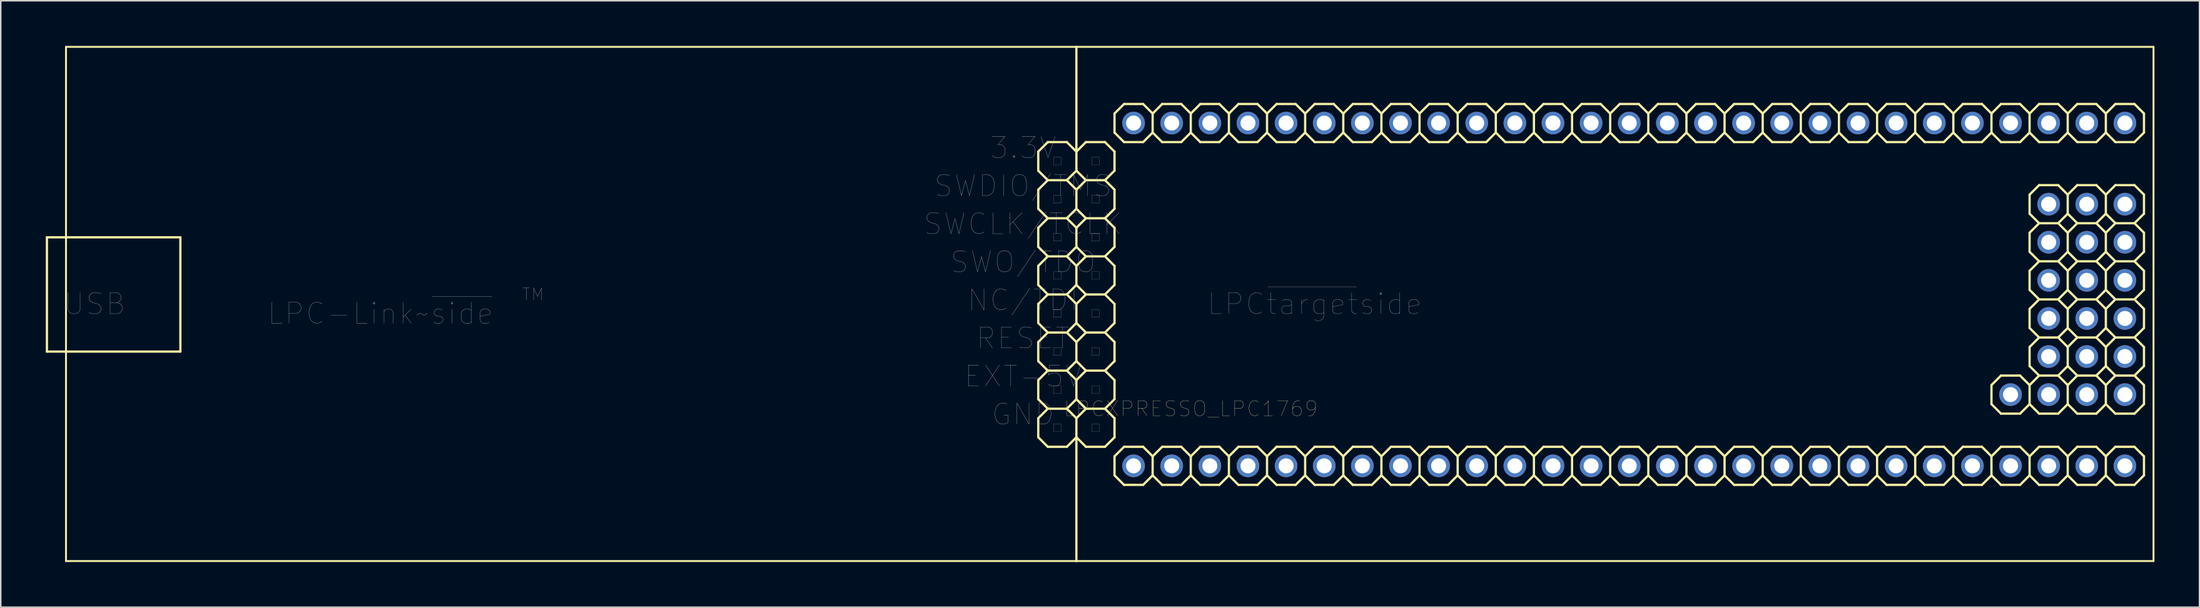
<source format=kicad_pcb>
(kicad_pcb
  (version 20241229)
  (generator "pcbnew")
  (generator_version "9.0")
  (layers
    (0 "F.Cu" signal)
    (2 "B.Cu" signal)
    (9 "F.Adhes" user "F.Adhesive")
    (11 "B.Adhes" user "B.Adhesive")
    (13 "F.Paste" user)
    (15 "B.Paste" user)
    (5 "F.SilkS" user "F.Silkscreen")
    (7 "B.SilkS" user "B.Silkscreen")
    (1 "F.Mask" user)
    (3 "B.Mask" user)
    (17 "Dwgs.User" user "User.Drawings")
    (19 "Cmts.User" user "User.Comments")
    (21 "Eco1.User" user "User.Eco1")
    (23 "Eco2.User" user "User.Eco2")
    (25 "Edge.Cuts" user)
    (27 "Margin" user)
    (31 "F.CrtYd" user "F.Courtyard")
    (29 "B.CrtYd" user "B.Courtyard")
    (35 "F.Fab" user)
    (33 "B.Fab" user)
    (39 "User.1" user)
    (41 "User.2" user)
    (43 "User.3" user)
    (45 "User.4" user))
  (footprint "LPCXPRESSO_LPC1769"
    (layer "F.Cu")
    (at 38.811 22.301)
    (property "Reference" "LPCXPRESSO_LPC1769" (at 37.465 1.905 0) (layer "F.SilkS") (effects (font (size 1 1) (thickness 0.015))))
    (attr through_hole)
    (fp_line (start -38.735 -9.525) (end -38.735 -1.905) (stroke (width 0.152) (type solid)) (layer "F.SilkS"))
    (fp_line (start -38.735 -1.905) (end -37.465 -1.905) (stroke (width 0.152) (type solid)) (layer "F.SilkS"))
    (fp_line (start -37.465 -22.225) (end 29.845 -22.225) (stroke (width 0.127) (type solid)) (layer "F.SilkS"))
    (fp_line (start -37.465 -9.525) (end -38.735 -9.525) (stroke (width 0.152) (type solid)) (layer "F.SilkS"))
    (fp_line (start -37.465 -9.525) (end -37.465 -22.225) (stroke (width 0.127) (type solid)) (layer "F.SilkS"))
    (fp_line (start -37.465 -1.905) (end -37.465 -9.525) (stroke (width 0.127) (type solid)) (layer "F.SilkS"))
    (fp_line (start -37.465 -1.905) (end -29.845 -1.905) (stroke (width 0.152) (type solid)) (layer "F.SilkS"))
    (fp_line (start -37.465 12.065) (end -37.465 -1.905) (stroke (width 0.127) (type solid)) (layer "F.SilkS"))
    (fp_line (start -29.845 -9.525) (end -37.465 -9.525) (stroke (width 0.152) (type solid)) (layer "F.SilkS"))
    (fp_line (start -29.845 -9.525) (end -29.845 -1.905) (stroke (width 0.152) (type solid)) (layer "F.SilkS"))
    (fp_line (start 27.305 -15.24) (end 27.94 -15.875) (stroke (width 0.152) (type solid)) (layer "F.SilkS"))
    (fp_line (start 27.305 -13.97) (end 27.305 -15.24) (stroke (width 0.152) (type solid)) (layer "F.SilkS"))
    (fp_line (start 27.305 -12.7) (end 27.94 -13.335) (stroke (width 0.152) (type solid)) (layer "F.SilkS"))
    (fp_line (start 27.305 -11.43) (end 27.305 -12.7) (stroke (width 0.152) (type solid)) (layer "F.SilkS"))
    (fp_line (start 27.305 -10.16) (end 27.94 -10.795) (stroke (width 0.152) (type solid)) (layer "F.SilkS"))
    (fp_line (start 27.305 -8.89) (end 27.305 -10.16) (stroke (width 0.152) (type solid)) (layer "F.SilkS"))
    (fp_line (start 27.305 -7.62) (end 27.94 -8.255) (stroke (width 0.152) (type solid)) (layer "F.SilkS"))
    (fp_line (start 27.305 -6.35) (end 27.305 -7.62) (stroke (width 0.152) (type solid)) (layer "F.SilkS"))
    (fp_line (start 27.305 -5.08) (end 27.94 -5.715) (stroke (width 0.152) (type solid)) (layer "F.SilkS"))
    (fp_line (start 27.305 -3.81) (end 27.305 -5.08) (stroke (width 0.152) (type solid)) (layer "F.SilkS"))
    (fp_line (start 27.305 -2.54) (end 27.94 -3.175) (stroke (width 0.152) (type solid)) (layer "F.SilkS"))
    (fp_line (start 27.305 -1.27) (end 27.305 -2.54) (stroke (width 0.152) (type solid)) (layer "F.SilkS"))
    (fp_line (start 27.305 0) (end 27.94 -0.635) (stroke (width 0.152) (type solid)) (layer "F.SilkS"))
    (fp_line (start 27.305 1.27) (end 27.305 0) (stroke (width 0.152) (type solid)) (layer "F.SilkS"))
    (fp_line (start 27.305 2.54) (end 27.94 1.905) (stroke (width 0.152) (type solid)) (layer "F.SilkS"))
    (fp_line (start 27.305 3.81) (end 27.305 2.54) (stroke (width 0.152) (type solid)) (layer "F.SilkS"))
    (fp_line (start 27.94 -15.875) (end 29.21 -15.875) (stroke (width 0.152) (type solid)) (layer "F.SilkS"))
    (fp_line (start 27.94 -13.335) (end 27.305 -13.97) (stroke (width 0.152) (type solid)) (layer "F.SilkS"))
    (fp_line (start 27.94 -13.335) (end 29.21 -13.335) (stroke (width 0.152) (type solid)) (layer "F.SilkS"))
    (fp_line (start 27.94 -10.795) (end 27.305 -11.43) (stroke (width 0.152) (type solid)) (layer "F.SilkS"))
    (fp_line (start 27.94 -10.795) (end 29.21 -10.795) (stroke (width 0.152) (type solid)) (layer "F.SilkS"))
    (fp_line (start 27.94 -8.255) (end 27.305 -8.89) (stroke (width 0.152) (type solid)) (layer "F.SilkS"))
    (fp_line (start 27.94 -8.255) (end 29.21 -8.255) (stroke (width 0.152) (type solid)) (layer "F.SilkS"))
    (fp_line (start 27.94 -5.715) (end 27.305 -6.35) (stroke (width 0.152) (type solid)) (layer "F.SilkS"))
    (fp_line (start 27.94 -5.715) (end 29.21 -5.715) (stroke (width 0.152) (type solid)) (layer "F.SilkS"))
    (fp_line (start 27.94 -3.175) (end 27.305 -3.81) (stroke (width 0.152) (type solid)) (layer "F.SilkS"))
    (fp_line (start 27.94 -3.175) (end 29.21 -3.175) (stroke (width 0.152) (type solid)) (layer "F.SilkS"))
    (fp_line (start 27.94 -0.635) (end 27.305 -1.27) (stroke (width 0.152) (type solid)) (layer "F.SilkS"))
    (fp_line (start 27.94 -0.635) (end 29.21 -0.635) (stroke (width 0.152) (type solid)) (layer "F.SilkS"))
    (fp_line (start 27.94 1.905) (end 27.305 1.27) (stroke (width 0.152) (type solid)) (layer "F.SilkS"))
    (fp_line (start 27.94 1.905) (end 29.21 1.905) (stroke (width 0.152) (type solid)) (layer "F.SilkS"))
    (fp_line (start 27.94 4.445) (end 27.305 3.81) (stroke (width 0.152) (type solid)) (layer "F.SilkS"))
    (fp_line (start 29.21 -15.875) (end 29.845 -15.24) (stroke (width 0.152) (type solid)) (layer "F.SilkS"))
    (fp_line (start 29.21 -13.335) (end 29.845 -13.97) (stroke (width 0.152) (type solid)) (layer "F.SilkS"))
    (fp_line (start 29.21 -13.335) (end 29.845 -12.7) (stroke (width 0.152) (type solid)) (layer "F.SilkS"))
    (fp_line (start 29.21 -10.795) (end 29.845 -11.43) (stroke (width 0.152) (type solid)) (layer "F.SilkS"))
    (fp_line (start 29.21 -8.255) (end 29.845 -8.89) (stroke (width 0.152) (type solid)) (layer "F.SilkS"))
    (fp_line (start 29.21 -5.715) (end 29.845 -6.35) (stroke (width 0.152) (type solid)) (layer "F.SilkS"))
    (fp_line (start 29.21 -3.175) (end 29.845 -3.81) (stroke (width 0.152) (type solid)) (layer "F.SilkS"))
    (fp_line (start 29.21 -0.635) (end 29.845 -1.27) (stroke (width 0.152) (type solid)) (layer "F.SilkS"))
    (fp_line (start 29.21 1.905) (end 29.845 1.27) (stroke (width 0.152) (type solid)) (layer "F.SilkS"))
    (fp_line (start 29.21 4.445) (end 27.94 4.445) (stroke (width 0.152) (type solid)) (layer "F.SilkS"))
    (fp_line (start 29.21 4.445) (end 29.845 3.81) (stroke (width 0.152) (type solid)) (layer "F.SilkS"))
    (fp_line (start 29.845 -22.225) (end 101.6 -22.225) (stroke (width 0.127) (type solid)) (layer "F.SilkS"))
    (fp_line (start 29.845 -15.24) (end 29.845 -22.225) (stroke (width 0.152) (type solid)) (layer "F.SilkS"))
    (fp_line (start 29.845 -15.24) (end 30.48 -15.875) (stroke (width 0.152) (type solid)) (layer "F.SilkS"))
    (fp_line (start 29.845 -13.97) (end 29.845 -15.24) (stroke (width 0.152) (type solid)) (layer "F.SilkS"))
    (fp_line (start 29.845 -12.7) (end 30.48 -13.335) (stroke (width 0.152) (type solid)) (layer "F.SilkS"))
    (fp_line (start 29.845 -11.43) (end 29.845 -12.7) (stroke (width 0.152) (type solid)) (layer "F.SilkS"))
    (fp_line (start 29.845 -10.16) (end 29.21 -10.795) (stroke (width 0.152) (type solid)) (layer "F.SilkS"))
    (fp_line (start 29.845 -10.16) (end 30.48 -10.795) (stroke (width 0.152) (type solid)) (layer "F.SilkS"))
    (fp_line (start 29.845 -8.89) (end 29.845 -10.16) (stroke (width 0.152) (type solid)) (layer "F.SilkS"))
    (fp_line (start 29.845 -7.62) (end 29.21 -8.255) (stroke (width 0.152) (type solid)) (layer "F.SilkS"))
    (fp_line (start 29.845 -7.62) (end 30.48 -8.255) (stroke (width 0.152) (type solid)) (layer "F.SilkS"))
    (fp_line (start 29.845 -6.35) (end 29.845 -7.62) (stroke (width 0.152) (type solid)) (layer "F.SilkS"))
    (fp_line (start 29.845 -5.08) (end 29.21 -5.715) (stroke (width 0.152) (type solid)) (layer "F.SilkS"))
    (fp_line (start 29.845 -5.08) (end 30.48 -5.715) (stroke (width 0.152) (type solid)) (layer "F.SilkS"))
    (fp_line (start 29.845 -3.81) (end 29.845 -5.08) (stroke (width 0.152) (type solid)) (layer "F.SilkS"))
    (fp_line (start 29.845 -2.54) (end 29.21 -3.175) (stroke (width 0.152) (type solid)) (layer "F.SilkS"))
    (fp_line (start 29.845 -2.54) (end 30.48 -3.175) (stroke (width 0.152) (type solid)) (layer "F.SilkS"))
    (fp_line (start 29.845 -1.27) (end 29.845 -2.54) (stroke (width 0.152) (type solid)) (layer "F.SilkS"))
    (fp_line (start 29.845 0) (end 29.21 -0.635) (stroke (width 0.152) (type solid)) (layer "F.SilkS"))
    (fp_line (start 29.845 0) (end 30.48 -0.635) (stroke (width 0.152) (type solid)) (layer "F.SilkS"))
    (fp_line (start 29.845 1.27) (end 29.845 0) (stroke (width 0.152) (type solid)) (layer "F.SilkS"))
    (fp_line (start 29.845 2.54) (end 29.21 1.905) (stroke (width 0.152) (type solid)) (layer "F.SilkS"))
    (fp_line (start 29.845 2.54) (end 30.48 1.905) (stroke (width 0.152) (type solid)) (layer "F.SilkS"))
    (fp_line (start 29.845 3.81) (end 29.845 2.54) (stroke (width 0.152) (type solid)) (layer "F.SilkS"))
    (fp_line (start 29.845 12.065) (end -37.465 12.065) (stroke (width 0.127) (type solid)) (layer "F.SilkS"))
    (fp_line (start 29.845 12.065) (end 29.845 3.81) (stroke (width 0.152) (type solid)) (layer "F.SilkS"))
    (fp_line (start 30.48 -15.875) (end 31.75 -15.875) (stroke (width 0.152) (type solid)) (layer "F.SilkS"))
    (fp_line (start 30.48 -13.335) (end 29.845 -13.97) (stroke (width 0.152) (type solid)) (layer "F.SilkS"))
    (fp_line (start 30.48 -13.335) (end 31.75 -13.335) (stroke (width 0.152) (type solid)) (layer "F.SilkS"))
    (fp_line (start 30.48 -10.795) (end 29.845 -11.43) (stroke (width 0.152) (type solid)) (layer "F.SilkS"))
    (fp_line (start 30.48 -10.795) (end 31.75 -10.795) (stroke (width 0.152) (type solid)) (layer "F.SilkS"))
    (fp_line (start 30.48 -8.255) (end 29.845 -8.89) (stroke (width 0.152) (type solid)) (layer "F.SilkS"))
    (fp_line (start 30.48 -8.255) (end 31.75 -8.255) (stroke (width 0.152) (type solid)) (layer "F.SilkS"))
    (fp_line (start 30.48 -5.715) (end 29.845 -6.35) (stroke (width 0.152) (type solid)) (layer "F.SilkS"))
    (fp_line (start 30.48 -5.715) (end 31.75 -5.715) (stroke (width 0.152) (type solid)) (layer "F.SilkS"))
    (fp_line (start 30.48 -3.175) (end 29.845 -3.81) (stroke (width 0.152) (type solid)) (layer "F.SilkS"))
    (fp_line (start 30.48 -3.175) (end 31.75 -3.175) (stroke (width 0.152) (type solid)) (layer "F.SilkS"))
    (fp_line (start 30.48 -0.635) (end 29.845 -1.27) (stroke (width 0.152) (type solid)) (layer "F.SilkS"))
    (fp_line (start 30.48 -0.635) (end 31.75 -0.635) (stroke (width 0.152) (type solid)) (layer "F.SilkS"))
    (fp_line (start 30.48 1.905) (end 29.845 1.27) (stroke (width 0.152) (type solid)) (layer "F.SilkS"))
    (fp_line (start 30.48 1.905) (end 31.75 1.905) (stroke (width 0.152) (type solid)) (layer "F.SilkS"))
    (fp_line (start 30.48 4.445) (end 29.845 3.81) (stroke (width 0.152) (type solid)) (layer "F.SilkS"))
    (fp_line (start 31.75 -15.875) (end 32.385 -15.24) (stroke (width 0.152) (type solid)) (layer "F.SilkS"))
    (fp_line (start 31.75 -13.335) (end 32.385 -13.97) (stroke (width 0.152) (type solid)) (layer "F.SilkS"))
    (fp_line (start 31.75 -13.335) (end 32.385 -12.7) (stroke (width 0.152) (type solid)) (layer "F.SilkS"))
    (fp_line (start 31.75 -10.795) (end 32.385 -11.43) (stroke (width 0.152) (type solid)) (layer "F.SilkS"))
    (fp_line (start 31.75 -8.255) (end 32.385 -8.89) (stroke (width 0.152) (type solid)) (layer "F.SilkS"))
    (fp_line (start 31.75 -5.715) (end 32.385 -6.35) (stroke (width 0.152) (type solid)) (layer "F.SilkS"))
    (fp_line (start 31.75 -3.175) (end 32.385 -3.81) (stroke (width 0.152) (type solid)) (layer "F.SilkS"))
    (fp_line (start 31.75 -0.635) (end 32.385 -1.27) (stroke (width 0.152) (type solid)) (layer "F.SilkS"))
    (fp_line (start 31.75 1.905) (end 32.385 1.27) (stroke (width 0.152) (type solid)) (layer "F.SilkS"))
    (fp_line (start 31.75 4.445) (end 30.48 4.445) (stroke (width 0.152) (type solid)) (layer "F.SilkS"))
    (fp_line (start 31.75 4.445) (end 32.385 3.81) (stroke (width 0.152) (type solid)) (layer "F.SilkS"))
    (fp_line (start 32.385 -17.78) (end 33.02 -18.415) (stroke (width 0.152) (type solid)) (layer "F.SilkS"))
    (fp_line (start 32.385 -16.51) (end 32.385 -17.78) (stroke (width 0.152) (type solid)) (layer "F.SilkS"))
    (fp_line (start 32.385 -16.51) (end 33.02 -15.875) (stroke (width 0.152) (type solid)) (layer "F.SilkS"))
    (fp_line (start 32.385 -13.97) (end 32.385 -15.24) (stroke (width 0.152) (type solid)) (layer "F.SilkS"))
    (fp_line (start 32.385 -11.43) (end 32.385 -12.7) (stroke (width 0.152) (type solid)) (layer "F.SilkS"))
    (fp_line (start 32.385 -10.16) (end 31.75 -10.795) (stroke (width 0.152) (type solid)) (layer "F.SilkS"))
    (fp_line (start 32.385 -8.89) (end 32.385 -10.16) (stroke (width 0.152) (type solid)) (layer "F.SilkS"))
    (fp_line (start 32.385 -7.62) (end 31.75 -8.255) (stroke (width 0.152) (type solid)) (layer "F.SilkS"))
    (fp_line (start 32.385 -6.35) (end 32.385 -7.62) (stroke (width 0.152) (type solid)) (layer "F.SilkS"))
    (fp_line (start 32.385 -5.08) (end 31.75 -5.715) (stroke (width 0.152) (type solid)) (layer "F.SilkS"))
    (fp_line (start 32.385 -3.81) (end 32.385 -5.08) (stroke (width 0.152) (type solid)) (layer "F.SilkS"))
    (fp_line (start 32.385 -2.54) (end 31.75 -3.175) (stroke (width 0.152) (type solid)) (layer "F.SilkS"))
    (fp_line (start 32.385 -1.27) (end 32.385 -2.54) (stroke (width 0.152) (type solid)) (layer "F.SilkS"))
    (fp_line (start 32.385 0) (end 31.75 -0.635) (stroke (width 0.152) (type solid)) (layer "F.SilkS"))
    (fp_line (start 32.385 1.27) (end 32.385 0) (stroke (width 0.152) (type solid)) (layer "F.SilkS"))
    (fp_line (start 32.385 2.54) (end 31.75 1.905) (stroke (width 0.152) (type solid)) (layer "F.SilkS"))
    (fp_line (start 32.385 3.81) (end 32.385 2.54) (stroke (width 0.152) (type solid)) (layer "F.SilkS"))
    (fp_line (start 32.385 5.08) (end 33.02 4.445) (stroke (width 0.152) (type solid)) (layer "F.SilkS"))
    (fp_line (start 32.385 6.35) (end 32.385 5.08) (stroke (width 0.152) (type solid)) (layer "F.SilkS"))
    (fp_line (start 32.385 6.35) (end 33.02 6.985) (stroke (width 0.152) (type solid)) (layer "F.SilkS"))
    (fp_line (start 33.02 -18.415) (end 34.29 -18.415) (stroke (width 0.152) (type solid)) (layer "F.SilkS"))
    (fp_line (start 33.02 -15.875) (end 34.29 -15.875) (stroke (width 0.152) (type solid)) (layer "F.SilkS"))
    (fp_line (start 33.02 4.445) (end 34.29 4.445) (stroke (width 0.152) (type solid)) (layer "F.SilkS"))
    (fp_line (start 33.02 6.985) (end 34.29 6.985) (stroke (width 0.152) (type solid)) (layer "F.SilkS"))
    (fp_line (start 34.29 -18.415) (end 34.925 -17.78) (stroke (width 0.152) (type solid)) (layer "F.SilkS"))
    (fp_line (start 34.29 -15.875) (end 34.925 -16.51) (stroke (width 0.152) (type solid)) (layer "F.SilkS"))
    (fp_line (start 34.29 4.445) (end 34.925 5.08) (stroke (width 0.152) (type solid)) (layer "F.SilkS"))
    (fp_line (start 34.29 6.985) (end 34.925 6.35) (stroke (width 0.152) (type solid)) (layer "F.SilkS"))
    (fp_line (start 34.925 -17.78) (end 34.925 -16.51) (stroke (width 0.152) (type solid)) (layer "F.SilkS"))
    (fp_line (start 34.925 -17.78) (end 35.56 -18.415) (stroke (width 0.152) (type solid)) (layer "F.SilkS"))
    (fp_line (start 34.925 -16.51) (end 35.56 -15.875) (stroke (width 0.152) (type solid)) (layer "F.SilkS"))
    (fp_line (start 34.925 5.08) (end 34.925 6.35) (stroke (width 0.152) (type solid)) (layer "F.SilkS"))
    (fp_line (start 34.925 5.08) (end 35.56 4.445) (stroke (width 0.152) (type solid)) (layer "F.SilkS"))
    (fp_line (start 34.925 6.35) (end 35.56 6.985) (stroke (width 0.152) (type solid)) (layer "F.SilkS"))
    (fp_line (start 35.56 -18.415) (end 36.83 -18.415) (stroke (width 0.152) (type solid)) (layer "F.SilkS"))
    (fp_line (start 35.56 -15.875) (end 36.83 -15.875) (stroke (width 0.152) (type solid)) (layer "F.SilkS"))
    (fp_line (start 35.56 4.445) (end 36.83 4.445) (stroke (width 0.152) (type solid)) (layer "F.SilkS"))
    (fp_line (start 35.56 6.985) (end 36.83 6.985) (stroke (width 0.152) (type solid)) (layer "F.SilkS"))
    (fp_line (start 36.83 -18.415) (end 37.465 -17.78) (stroke (width 0.152) (type solid)) (layer "F.SilkS"))
    (fp_line (start 36.83 -15.875) (end 37.465 -16.51) (stroke (width 0.152) (type solid)) (layer "F.SilkS"))
    (fp_line (start 36.83 4.445) (end 37.465 5.08) (stroke (width 0.152) (type solid)) (layer "F.SilkS"))
    (fp_line (start 36.83 6.985) (end 37.465 6.35) (stroke (width 0.152) (type solid)) (layer "F.SilkS"))
    (fp_line (start 37.465 -17.78) (end 37.465 -16.51) (stroke (width 0.152) (type solid)) (layer "F.SilkS"))
    (fp_line (start 37.465 -17.78) (end 38.1 -18.415) (stroke (width 0.152) (type solid)) (layer "F.SilkS"))
    (fp_line (start 37.465 -16.51) (end 38.1 -15.875) (stroke (width 0.152) (type solid)) (layer "F.SilkS"))
    (fp_line (start 37.465 5.08) (end 37.465 6.35) (stroke (width 0.152) (type solid)) (layer "F.SilkS"))
    (fp_line (start 37.465 5.08) (end 38.1 4.445) (stroke (width 0.152) (type solid)) (layer "F.SilkS"))
    (fp_line (start 37.465 6.35) (end 38.1 6.985) (stroke (width 0.152) (type solid)) (layer "F.SilkS"))
    (fp_line (start 38.1 -18.415) (end 39.37 -18.415) (stroke (width 0.152) (type solid)) (layer "F.SilkS"))
    (fp_line (start 38.1 -15.875) (end 39.37 -15.875) (stroke (width 0.152) (type solid)) (layer "F.SilkS"))
    (fp_line (start 38.1 4.445) (end 39.37 4.445) (stroke (width 0.152) (type solid)) (layer "F.SilkS"))
    (fp_line (start 38.1 6.985) (end 39.37 6.985) (stroke (width 0.152) (type solid)) (layer "F.SilkS"))
    (fp_line (start 39.37 -18.415) (end 40.005 -17.78) (stroke (width 0.152) (type solid)) (layer "F.SilkS"))
    (fp_line (start 39.37 -15.875) (end 40.005 -16.51) (stroke (width 0.152) (type solid)) (layer "F.SilkS"))
    (fp_line (start 39.37 4.445) (end 40.005 5.08) (stroke (width 0.152) (type solid)) (layer "F.SilkS"))
    (fp_line (start 39.37 6.985) (end 40.005 6.35) (stroke (width 0.152) (type solid)) (layer "F.SilkS"))
    (fp_line (start 40.005 -17.78) (end 40.005 -16.51) (stroke (width 0.152) (type solid)) (layer "F.SilkS"))
    (fp_line (start 40.005 -17.78) (end 40.64 -18.415) (stroke (width 0.152) (type solid)) (layer "F.SilkS"))
    (fp_line (start 40.005 -16.51) (end 40.64 -15.875) (stroke (width 0.152) (type solid)) (layer "F.SilkS"))
    (fp_line (start 40.005 5.08) (end 40.005 6.35) (stroke (width 0.152) (type solid)) (layer "F.SilkS"))
    (fp_line (start 40.005 5.08) (end 40.64 4.445) (stroke (width 0.152) (type solid)) (layer "F.SilkS"))
    (fp_line (start 40.005 6.35) (end 40.64 6.985) (stroke (width 0.152) (type solid)) (layer "F.SilkS"))
    (fp_line (start 40.64 -18.415) (end 41.91 -18.415) (stroke (width 0.152) (type solid)) (layer "F.SilkS"))
    (fp_line (start 40.64 -15.875) (end 41.91 -15.875) (stroke (width 0.152) (type solid)) (layer "F.SilkS"))
    (fp_line (start 40.64 4.445) (end 41.91 4.445) (stroke (width 0.152) (type solid)) (layer "F.SilkS"))
    (fp_line (start 40.64 6.985) (end 41.91 6.985) (stroke (width 0.152) (type solid)) (layer "F.SilkS"))
    (fp_line (start 41.91 -18.415) (end 42.545 -17.78) (stroke (width 0.152) (type solid)) (layer "F.SilkS"))
    (fp_line (start 41.91 -15.875) (end 42.545 -16.51) (stroke (width 0.152) (type solid)) (layer "F.SilkS"))
    (fp_line (start 41.91 4.445) (end 42.545 5.08) (stroke (width 0.152) (type solid)) (layer "F.SilkS"))
    (fp_line (start 41.91 6.985) (end 42.545 6.35) (stroke (width 0.152) (type solid)) (layer "F.SilkS"))
    (fp_line (start 42.545 -17.78) (end 42.545 -16.51) (stroke (width 0.152) (type solid)) (layer "F.SilkS"))
    (fp_line (start 42.545 -17.78) (end 43.18 -18.415) (stroke (width 0.152) (type solid)) (layer "F.SilkS"))
    (fp_line (start 42.545 -16.51) (end 43.18 -15.875) (stroke (width 0.152) (type solid)) (layer "F.SilkS"))
    (fp_line (start 42.545 5.08) (end 42.545 6.35) (stroke (width 0.152) (type solid)) (layer "F.SilkS"))
    (fp_line (start 42.545 5.08) (end 43.18 4.445) (stroke (width 0.152) (type solid)) (layer "F.SilkS"))
    (fp_line (start 42.545 6.35) (end 43.18 6.985) (stroke (width 0.152) (type solid)) (layer "F.SilkS"))
    (fp_line (start 43.18 -18.415) (end 44.45 -18.415) (stroke (width 0.152) (type solid)) (layer "F.SilkS"))
    (fp_line (start 43.18 -15.875) (end 44.45 -15.875) (stroke (width 0.152) (type solid)) (layer "F.SilkS"))
    (fp_line (start 43.18 4.445) (end 44.45 4.445) (stroke (width 0.152) (type solid)) (layer "F.SilkS"))
    (fp_line (start 43.18 6.985) (end 44.45 6.985) (stroke (width 0.152) (type solid)) (layer "F.SilkS"))
    (fp_line (start 44.45 -18.415) (end 45.085 -17.78) (stroke (width 0.152) (type solid)) (layer "F.SilkS"))
    (fp_line (start 44.45 -15.875) (end 45.085 -16.51) (stroke (width 0.152) (type solid)) (layer "F.SilkS"))
    (fp_line (start 44.45 4.445) (end 45.085 5.08) (stroke (width 0.152) (type solid)) (layer "F.SilkS"))
    (fp_line (start 44.45 6.985) (end 45.085 6.35) (stroke (width 0.152) (type solid)) (layer "F.SilkS"))
    (fp_line (start 45.085 -17.78) (end 45.085 -16.51) (stroke (width 0.152) (type solid)) (layer "F.SilkS"))
    (fp_line (start 45.085 -17.78) (end 45.72 -18.415) (stroke (width 0.152) (type solid)) (layer "F.SilkS"))
    (fp_line (start 45.085 -16.51) (end 45.72 -15.875) (stroke (width 0.152) (type solid)) (layer "F.SilkS"))
    (fp_line (start 45.085 5.08) (end 45.085 6.35) (stroke (width 0.152) (type solid)) (layer "F.SilkS"))
    (fp_line (start 45.085 5.08) (end 45.72 4.445) (stroke (width 0.152) (type solid)) (layer "F.SilkS"))
    (fp_line (start 45.085 6.35) (end 45.72 6.985) (stroke (width 0.152) (type solid)) (layer "F.SilkS"))
    (fp_line (start 45.72 -18.415) (end 46.99 -18.415) (stroke (width 0.152) (type solid)) (layer "F.SilkS"))
    (fp_line (start 45.72 -15.875) (end 46.99 -15.875) (stroke (width 0.152) (type solid)) (layer "F.SilkS"))
    (fp_line (start 45.72 4.445) (end 46.99 4.445) (stroke (width 0.152) (type solid)) (layer "F.SilkS"))
    (fp_line (start 45.72 6.985) (end 46.99 6.985) (stroke (width 0.152) (type solid)) (layer "F.SilkS"))
    (fp_line (start 46.99 -18.415) (end 47.625 -17.78) (stroke (width 0.152) (type solid)) (layer "F.SilkS"))
    (fp_line (start 46.99 -15.875) (end 47.625 -16.51) (stroke (width 0.152) (type solid)) (layer "F.SilkS"))
    (fp_line (start 46.99 4.445) (end 47.625 5.08) (stroke (width 0.152) (type solid)) (layer "F.SilkS"))
    (fp_line (start 46.99 6.985) (end 47.625 6.35) (stroke (width 0.152) (type solid)) (layer "F.SilkS"))
    (fp_line (start 47.625 -17.78) (end 47.625 -16.51) (stroke (width 0.152) (type solid)) (layer "F.SilkS"))
    (fp_line (start 47.625 -17.78) (end 48.26 -18.415) (stroke (width 0.152) (type solid)) (layer "F.SilkS"))
    (fp_line (start 47.625 -16.51) (end 48.26 -15.875) (stroke (width 0.152) (type solid)) (layer "F.SilkS"))
    (fp_line (start 47.625 5.08) (end 47.625 6.35) (stroke (width 0.152) (type solid)) (layer "F.SilkS"))
    (fp_line (start 47.625 5.08) (end 48.26 4.445) (stroke (width 0.152) (type solid)) (layer "F.SilkS"))
    (fp_line (start 47.625 6.35) (end 48.26 6.985) (stroke (width 0.152) (type solid)) (layer "F.SilkS"))
    (fp_line (start 48.26 -18.415) (end 49.53 -18.415) (stroke (width 0.152) (type solid)) (layer "F.SilkS"))
    (fp_line (start 48.26 -15.875) (end 49.53 -15.875) (stroke (width 0.152) (type solid)) (layer "F.SilkS"))
    (fp_line (start 48.26 4.445) (end 49.53 4.445) (stroke (width 0.152) (type solid)) (layer "F.SilkS"))
    (fp_line (start 48.26 6.985) (end 49.53 6.985) (stroke (width 0.152) (type solid)) (layer "F.SilkS"))
    (fp_line (start 49.53 -18.415) (end 50.165 -17.78) (stroke (width 0.152) (type solid)) (layer "F.SilkS"))
    (fp_line (start 49.53 4.445) (end 50.165 5.08) (stroke (width 0.152) (type solid)) (layer "F.SilkS"))
    (fp_line (start 50.165 -17.78) (end 50.165 -16.51) (stroke (width 0.152) (type solid)) (layer "F.SilkS"))
    (fp_line (start 50.165 -17.78) (end 50.8 -18.415) (stroke (width 0.152) (type solid)) (layer "F.SilkS"))
    (fp_line (start 50.165 -16.51) (end 49.53 -15.875) (stroke (width 0.152) (type solid)) (layer "F.SilkS"))
    (fp_line (start 50.165 -16.51) (end 50.8 -15.875) (stroke (width 0.152) (type solid)) (layer "F.SilkS"))
    (fp_line (start 50.165 5.08) (end 50.165 6.35) (stroke (width 0.152) (type solid)) (layer "F.SilkS"))
    (fp_line (start 50.165 5.08) (end 50.8 4.445) (stroke (width 0.152) (type solid)) (layer "F.SilkS"))
    (fp_line (start 50.165 6.35) (end 49.53 6.985) (stroke (width 0.152) (type solid)) (layer "F.SilkS"))
    (fp_line (start 50.165 6.35) (end 50.8 6.985) (stroke (width 0.152) (type solid)) (layer "F.SilkS"))
    (fp_line (start 50.8 -18.415) (end 52.07 -18.415) (stroke (width 0.152) (type solid)) (layer "F.SilkS"))
    (fp_line (start 50.8 -15.875) (end 52.07 -15.875) (stroke (width 0.152) (type solid)) (layer "F.SilkS"))
    (fp_line (start 50.8 4.445) (end 52.07 4.445) (stroke (width 0.152) (type solid)) (layer "F.SilkS"))
    (fp_line (start 50.8 6.985) (end 52.07 6.985) (stroke (width 0.152) (type solid)) (layer "F.SilkS"))
    (fp_line (start 52.07 -18.415) (end 52.705 -17.78) (stroke (width 0.152) (type solid)) (layer "F.SilkS"))
    (fp_line (start 52.07 4.445) (end 52.705 5.08) (stroke (width 0.152) (type solid)) (layer "F.SilkS"))
    (fp_line (start 52.705 -17.78) (end 52.705 -16.51) (stroke (width 0.152) (type solid)) (layer "F.SilkS"))
    (fp_line (start 52.705 -17.78) (end 53.34 -18.415) (stroke (width 0.152) (type solid)) (layer "F.SilkS"))
    (fp_line (start 52.705 -16.51) (end 52.07 -15.875) (stroke (width 0.152) (type solid)) (layer "F.SilkS"))
    (fp_line (start 52.705 -16.51) (end 53.34 -15.875) (stroke (width 0.152) (type solid)) (layer "F.SilkS"))
    (fp_line (start 52.705 5.08) (end 52.705 6.35) (stroke (width 0.152) (type solid)) (layer "F.SilkS"))
    (fp_line (start 52.705 5.08) (end 53.34 4.445) (stroke (width 0.152) (type solid)) (layer "F.SilkS"))
    (fp_line (start 52.705 6.35) (end 52.07 6.985) (stroke (width 0.152) (type solid)) (layer "F.SilkS"))
    (fp_line (start 52.705 6.35) (end 53.34 6.985) (stroke (width 0.152) (type solid)) (layer "F.SilkS"))
    (fp_line (start 53.34 -18.415) (end 54.61 -18.415) (stroke (width 0.152) (type solid)) (layer "F.SilkS"))
    (fp_line (start 53.34 -15.875) (end 54.61 -15.875) (stroke (width 0.152) (type solid)) (layer "F.SilkS"))
    (fp_line (start 53.34 4.445) (end 54.61 4.445) (stroke (width 0.152) (type solid)) (layer "F.SilkS"))
    (fp_line (start 53.34 6.985) (end 54.61 6.985) (stroke (width 0.152) (type solid)) (layer "F.SilkS"))
    (fp_line (start 54.61 -18.415) (end 55.245 -17.78) (stroke (width 0.152) (type solid)) (layer "F.SilkS"))
    (fp_line (start 54.61 4.445) (end 55.245 5.08) (stroke (width 0.152) (type solid)) (layer "F.SilkS"))
    (fp_line (start 55.245 -17.78) (end 55.245 -16.51) (stroke (width 0.152) (type solid)) (layer "F.SilkS"))
    (fp_line (start 55.245 -17.78) (end 55.88 -18.415) (stroke (width 0.152) (type solid)) (layer "F.SilkS"))
    (fp_line (start 55.245 -16.51) (end 54.61 -15.875) (stroke (width 0.152) (type solid)) (layer "F.SilkS"))
    (fp_line (start 55.245 -16.51) (end 55.88 -15.875) (stroke (width 0.152) (type solid)) (layer "F.SilkS"))
    (fp_line (start 55.245 5.08) (end 55.245 6.35) (stroke (width 0.152) (type solid)) (layer "F.SilkS"))
    (fp_line (start 55.245 5.08) (end 55.88 4.445) (stroke (width 0.152) (type solid)) (layer "F.SilkS"))
    (fp_line (start 55.245 6.35) (end 54.61 6.985) (stroke (width 0.152) (type solid)) (layer "F.SilkS"))
    (fp_line (start 55.245 6.35) (end 55.88 6.985) (stroke (width 0.152) (type solid)) (layer "F.SilkS"))
    (fp_line (start 55.88 -18.415) (end 57.15 -18.415) (stroke (width 0.152) (type solid)) (layer "F.SilkS"))
    (fp_line (start 55.88 -15.875) (end 57.15 -15.875) (stroke (width 0.152) (type solid)) (layer "F.SilkS"))
    (fp_line (start 55.88 4.445) (end 57.15 4.445) (stroke (width 0.152) (type solid)) (layer "F.SilkS"))
    (fp_line (start 55.88 6.985) (end 57.15 6.985) (stroke (width 0.152) (type solid)) (layer "F.SilkS"))
    (fp_line (start 57.15 -18.415) (end 57.785 -17.78) (stroke (width 0.152) (type solid)) (layer "F.SilkS"))
    (fp_line (start 57.15 4.445) (end 57.785 5.08) (stroke (width 0.152) (type solid)) (layer "F.SilkS"))
    (fp_line (start 57.785 -17.78) (end 57.785 -16.51) (stroke (width 0.152) (type solid)) (layer "F.SilkS"))
    (fp_line (start 57.785 -17.78) (end 58.42 -18.415) (stroke (width 0.152) (type solid)) (layer "F.SilkS"))
    (fp_line (start 57.785 -16.51) (end 57.15 -15.875) (stroke (width 0.152) (type solid)) (layer "F.SilkS"))
    (fp_line (start 57.785 -16.51) (end 58.42 -15.875) (stroke (width 0.152) (type solid)) (layer "F.SilkS"))
    (fp_line (start 57.785 5.08) (end 57.785 6.35) (stroke (width 0.152) (type solid)) (layer "F.SilkS"))
    (fp_line (start 57.785 5.08) (end 58.42 4.445) (stroke (width 0.152) (type solid)) (layer "F.SilkS"))
    (fp_line (start 57.785 6.35) (end 57.15 6.985) (stroke (width 0.152) (type solid)) (layer "F.SilkS"))
    (fp_line (start 57.785 6.35) (end 58.42 6.985) (stroke (width 0.152) (type solid)) (layer "F.SilkS"))
    (fp_line (start 58.42 -18.415) (end 59.69 -18.415) (stroke (width 0.152) (type solid)) (layer "F.SilkS"))
    (fp_line (start 58.42 -15.875) (end 59.69 -15.875) (stroke (width 0.152) (type solid)) (layer "F.SilkS"))
    (fp_line (start 58.42 4.445) (end 59.69 4.445) (stroke (width 0.152) (type solid)) (layer "F.SilkS"))
    (fp_line (start 58.42 6.985) (end 59.69 6.985) (stroke (width 0.152) (type solid)) (layer "F.SilkS"))
    (fp_line (start 59.69 -18.415) (end 60.325 -17.78) (stroke (width 0.152) (type solid)) (layer "F.SilkS"))
    (fp_line (start 59.69 -15.875) (end 60.325 -16.51) (stroke (width 0.152) (type solid)) (layer "F.SilkS"))
    (fp_line (start 59.69 4.445) (end 60.325 5.08) (stroke (width 0.152) (type solid)) (layer "F.SilkS"))
    (fp_line (start 59.69 6.985) (end 60.325 6.35) (stroke (width 0.152) (type solid)) (layer "F.SilkS"))
    (fp_line (start 60.325 -17.78) (end 60.325 -16.51) (stroke (width 0.152) (type solid)) (layer "F.SilkS"))
    (fp_line (start 60.325 -17.78) (end 60.96 -18.415) (stroke (width 0.152) (type solid)) (layer "F.SilkS"))
    (fp_line (start 60.325 -16.51) (end 60.96 -15.875) (stroke (width 0.152) (type solid)) (layer "F.SilkS"))
    (fp_line (start 60.325 5.08) (end 60.325 6.35) (stroke (width 0.152) (type solid)) (layer "F.SilkS"))
    (fp_line (start 60.325 5.08) (end 60.96 4.445) (stroke (width 0.152) (type solid)) (layer "F.SilkS"))
    (fp_line (start 60.325 6.35) (end 60.96 6.985) (stroke (width 0.152) (type solid)) (layer "F.SilkS"))
    (fp_line (start 60.96 -18.415) (end 62.23 -18.415) (stroke (width 0.152) (type solid)) (layer "F.SilkS"))
    (fp_line (start 60.96 -15.875) (end 62.23 -15.875) (stroke (width 0.152) (type solid)) (layer "F.SilkS"))
    (fp_line (start 60.96 4.445) (end 62.23 4.445) (stroke (width 0.152) (type solid)) (layer "F.SilkS"))
    (fp_line (start 60.96 6.985) (end 62.23 6.985) (stroke (width 0.152) (type solid)) (layer "F.SilkS"))
    (fp_line (start 62.23 -18.415) (end 62.865 -17.78) (stroke (width 0.152) (type solid)) (layer "F.SilkS"))
    (fp_line (start 62.23 -15.875) (end 62.865 -16.51) (stroke (width 0.152) (type solid)) (layer "F.SilkS"))
    (fp_line (start 62.23 4.445) (end 62.865 5.08) (stroke (width 0.152) (type solid)) (layer "F.SilkS"))
    (fp_line (start 62.23 6.985) (end 62.865 6.35) (stroke (width 0.152) (type solid)) (layer "F.SilkS"))
    (fp_line (start 62.865 -17.78) (end 62.865 -16.51) (stroke (width 0.152) (type solid)) (layer "F.SilkS"))
    (fp_line (start 62.865 -17.78) (end 63.5 -18.415) (stroke (width 0.152) (type solid)) (layer "F.SilkS"))
    (fp_line (start 62.865 -16.51) (end 63.5 -15.875) (stroke (width 0.152) (type solid)) (layer "F.SilkS"))
    (fp_line (start 62.865 5.08) (end 62.865 6.35) (stroke (width 0.152) (type solid)) (layer "F.SilkS"))
    (fp_line (start 62.865 5.08) (end 63.5 4.445) (stroke (width 0.152) (type solid)) (layer "F.SilkS"))
    (fp_line (start 62.865 6.35) (end 63.5 6.985) (stroke (width 0.152) (type solid)) (layer "F.SilkS"))
    (fp_line (start 63.5 -18.415) (end 64.77 -18.415) (stroke (width 0.152) (type solid)) (layer "F.SilkS"))
    (fp_line (start 63.5 -15.875) (end 64.77 -15.875) (stroke (width 0.152) (type solid)) (layer "F.SilkS"))
    (fp_line (start 63.5 4.445) (end 64.77 4.445) (stroke (width 0.152) (type solid)) (layer "F.SilkS"))
    (fp_line (start 63.5 6.985) (end 64.77 6.985) (stroke (width 0.152) (type solid)) (layer "F.SilkS"))
    (fp_line (start 64.77 -18.415) (end 65.405 -17.78) (stroke (width 0.152) (type solid)) (layer "F.SilkS"))
    (fp_line (start 64.77 -15.875) (end 65.405 -16.51) (stroke (width 0.152) (type solid)) (layer "F.SilkS"))
    (fp_line (start 64.77 4.445) (end 65.405 5.08) (stroke (width 0.152) (type solid)) (layer "F.SilkS"))
    (fp_line (start 64.77 6.985) (end 65.405 6.35) (stroke (width 0.152) (type solid)) (layer "F.SilkS"))
    (fp_line (start 65.405 -17.78) (end 65.405 -16.51) (stroke (width 0.152) (type solid)) (layer "F.SilkS"))
    (fp_line (start 65.405 -17.78) (end 66.04 -18.415) (stroke (width 0.152) (type solid)) (layer "F.SilkS"))
    (fp_line (start 65.405 -16.51) (end 66.04 -15.875) (stroke (width 0.152) (type solid)) (layer "F.SilkS"))
    (fp_line (start 65.405 5.08) (end 65.405 6.35) (stroke (width 0.152) (type solid)) (layer "F.SilkS"))
    (fp_line (start 65.405 5.08) (end 66.04 4.445) (stroke (width 0.152) (type solid)) (layer "F.SilkS"))
    (fp_line (start 65.405 6.35) (end 66.04 6.985) (stroke (width 0.152) (type solid)) (layer "F.SilkS"))
    (fp_line (start 66.04 -18.415) (end 67.31 -18.415) (stroke (width 0.152) (type solid)) (layer "F.SilkS"))
    (fp_line (start 66.04 -15.875) (end 67.31 -15.875) (stroke (width 0.152) (type solid)) (layer "F.SilkS"))
    (fp_line (start 66.04 4.445) (end 67.31 4.445) (stroke (width 0.152) (type solid)) (layer "F.SilkS"))
    (fp_line (start 66.04 6.985) (end 67.31 6.985) (stroke (width 0.152) (type solid)) (layer "F.SilkS"))
    (fp_line (start 67.31 -18.415) (end 67.945 -17.78) (stroke (width 0.152) (type solid)) (layer "F.SilkS"))
    (fp_line (start 67.31 -15.875) (end 67.945 -16.51) (stroke (width 0.152) (type solid)) (layer "F.SilkS"))
    (fp_line (start 67.31 4.445) (end 67.945 5.08) (stroke (width 0.152) (type solid)) (layer "F.SilkS"))
    (fp_line (start 67.31 6.985) (end 67.945 6.35) (stroke (width 0.152) (type solid)) (layer "F.SilkS"))
    (fp_line (start 67.945 -17.78) (end 67.945 -16.51) (stroke (width 0.152) (type solid)) (layer "F.SilkS"))
    (fp_line (start 67.945 -17.78) (end 68.58 -18.415) (stroke (width 0.152) (type solid)) (layer "F.SilkS"))
    (fp_line (start 67.945 -16.51) (end 68.58 -15.875) (stroke (width 0.152) (type solid)) (layer "F.SilkS"))
    (fp_line (start 67.945 5.08) (end 67.945 6.35) (stroke (width 0.152) (type solid)) (layer "F.SilkS"))
    (fp_line (start 67.945 5.08) (end 68.58 4.445) (stroke (width 0.152) (type solid)) (layer "F.SilkS"))
    (fp_line (start 67.945 6.35) (end 68.58 6.985) (stroke (width 0.152) (type solid)) (layer "F.SilkS"))
    (fp_line (start 68.58 -18.415) (end 69.85 -18.415) (stroke (width 0.152) (type solid)) (layer "F.SilkS"))
    (fp_line (start 68.58 -15.875) (end 69.85 -15.875) (stroke (width 0.152) (type solid)) (layer "F.SilkS"))
    (fp_line (start 68.58 4.445) (end 69.85 4.445) (stroke (width 0.152) (type solid)) (layer "F.SilkS"))
    (fp_line (start 68.58 6.985) (end 69.85 6.985) (stroke (width 0.152) (type solid)) (layer "F.SilkS"))
    (fp_line (start 69.85 -18.415) (end 70.485 -17.78) (stroke (width 0.152) (type solid)) (layer "F.SilkS"))
    (fp_line (start 69.85 -15.875) (end 70.485 -16.51) (stroke (width 0.152) (type solid)) (layer "F.SilkS"))
    (fp_line (start 69.85 4.445) (end 70.485 5.08) (stroke (width 0.152) (type solid)) (layer "F.SilkS"))
    (fp_line (start 69.85 6.985) (end 70.485 6.35) (stroke (width 0.152) (type solid)) (layer "F.SilkS"))
    (fp_line (start 70.485 -17.78) (end 70.485 -16.51) (stroke (width 0.152) (type solid)) (layer "F.SilkS"))
    (fp_line (start 70.485 -17.78) (end 71.12 -18.415) (stroke (width 0.152) (type solid)) (layer "F.SilkS"))
    (fp_line (start 70.485 -16.51) (end 71.12 -15.875) (stroke (width 0.152) (type solid)) (layer "F.SilkS"))
    (fp_line (start 70.485 5.08) (end 70.485 6.35) (stroke (width 0.152) (type solid)) (layer "F.SilkS"))
    (fp_line (start 70.485 5.08) (end 71.12 4.445) (stroke (width 0.152) (type solid)) (layer "F.SilkS"))
    (fp_line (start 70.485 6.35) (end 71.12 6.985) (stroke (width 0.152) (type solid)) (layer "F.SilkS"))
    (fp_line (start 71.12 -18.415) (end 72.39 -18.415) (stroke (width 0.152) (type solid)) (layer "F.SilkS"))
    (fp_line (start 71.12 -15.875) (end 72.39 -15.875) (stroke (width 0.152) (type solid)) (layer "F.SilkS"))
    (fp_line (start 71.12 4.445) (end 72.39 4.445) (stroke (width 0.152) (type solid)) (layer "F.SilkS"))
    (fp_line (start 71.12 6.985) (end 72.39 6.985) (stroke (width 0.152) (type solid)) (layer "F.SilkS"))
    (fp_line (start 72.39 -18.415) (end 73.025 -17.78) (stroke (width 0.152) (type solid)) (layer "F.SilkS"))
    (fp_line (start 72.39 -15.875) (end 73.025 -16.51) (stroke (width 0.152) (type solid)) (layer "F.SilkS"))
    (fp_line (start 72.39 4.445) (end 73.025 5.08) (stroke (width 0.152) (type solid)) (layer "F.SilkS"))
    (fp_line (start 72.39 6.985) (end 73.025 6.35) (stroke (width 0.152) (type solid)) (layer "F.SilkS"))
    (fp_line (start 73.025 -17.78) (end 73.025 -16.51) (stroke (width 0.152) (type solid)) (layer "F.SilkS"))
    (fp_line (start 73.025 -17.78) (end 73.66 -18.415) (stroke (width 0.152) (type solid)) (layer "F.SilkS"))
    (fp_line (start 73.025 -16.51) (end 73.66 -15.875) (stroke (width 0.152) (type solid)) (layer "F.SilkS"))
    (fp_line (start 73.025 5.08) (end 73.025 6.35) (stroke (width 0.152) (type solid)) (layer "F.SilkS"))
    (fp_line (start 73.025 5.08) (end 73.66 4.445) (stroke (width 0.152) (type solid)) (layer "F.SilkS"))
    (fp_line (start 73.025 6.35) (end 73.66 6.985) (stroke (width 0.152) (type solid)) (layer "F.SilkS"))
    (fp_line (start 73.66 -18.415) (end 74.93 -18.415) (stroke (width 0.152) (type solid)) (layer "F.SilkS"))
    (fp_line (start 73.66 -15.875) (end 74.93 -15.875) (stroke (width 0.152) (type solid)) (layer "F.SilkS"))
    (fp_line (start 73.66 4.445) (end 74.93 4.445) (stroke (width 0.152) (type solid)) (layer "F.SilkS"))
    (fp_line (start 73.66 6.985) (end 74.93 6.985) (stroke (width 0.152) (type solid)) (layer "F.SilkS"))
    (fp_line (start 74.93 -18.415) (end 75.565 -17.78) (stroke (width 0.152) (type solid)) (layer "F.SilkS"))
    (fp_line (start 74.93 4.445) (end 75.565 5.08) (stroke (width 0.152) (type solid)) (layer "F.SilkS"))
    (fp_line (start 75.565 -17.78) (end 75.565 -16.51) (stroke (width 0.152) (type solid)) (layer "F.SilkS"))
    (fp_line (start 75.565 -17.78) (end 76.2 -18.415) (stroke (width 0.152) (type solid)) (layer "F.SilkS"))
    (fp_line (start 75.565 -16.51) (end 74.93 -15.875) (stroke (width 0.152) (type solid)) (layer "F.SilkS"))
    (fp_line (start 75.565 -16.51) (end 76.2 -15.875) (stroke (width 0.152) (type solid)) (layer "F.SilkS"))
    (fp_line (start 75.565 5.08) (end 75.565 6.35) (stroke (width 0.152) (type solid)) (layer "F.SilkS"))
    (fp_line (start 75.565 5.08) (end 76.2 4.445) (stroke (width 0.152) (type solid)) (layer "F.SilkS"))
    (fp_line (start 75.565 6.35) (end 74.93 6.985) (stroke (width 0.152) (type solid)) (layer "F.SilkS"))
    (fp_line (start 75.565 6.35) (end 76.2 6.985) (stroke (width 0.152) (type solid)) (layer "F.SilkS"))
    (fp_line (start 76.2 -18.415) (end 77.47 -18.415) (stroke (width 0.152) (type solid)) (layer "F.SilkS"))
    (fp_line (start 76.2 -15.875) (end 77.47 -15.875) (stroke (width 0.152) (type solid)) (layer "F.SilkS"))
    (fp_line (start 76.2 4.445) (end 77.47 4.445) (stroke (width 0.152) (type solid)) (layer "F.SilkS"))
    (fp_line (start 76.2 6.985) (end 77.47 6.985) (stroke (width 0.152) (type solid)) (layer "F.SilkS"))
    (fp_line (start 77.47 -18.415) (end 78.105 -17.78) (stroke (width 0.152) (type solid)) (layer "F.SilkS"))
    (fp_line (start 77.47 4.445) (end 78.105 5.08) (stroke (width 0.152) (type solid)) (layer "F.SilkS"))
    (fp_line (start 78.105 -17.78) (end 78.105 -16.51) (stroke (width 0.152) (type solid)) (layer "F.SilkS"))
    (fp_line (start 78.105 -17.78) (end 78.74 -18.415) (stroke (width 0.152) (type solid)) (layer "F.SilkS"))
    (fp_line (start 78.105 -16.51) (end 77.47 -15.875) (stroke (width 0.152) (type solid)) (layer "F.SilkS"))
    (fp_line (start 78.105 -16.51) (end 78.74 -15.875) (stroke (width 0.152) (type solid)) (layer "F.SilkS"))
    (fp_line (start 78.105 5.08) (end 78.105 6.35) (stroke (width 0.152) (type solid)) (layer "F.SilkS"))
    (fp_line (start 78.105 5.08) (end 78.74 4.445) (stroke (width 0.152) (type solid)) (layer "F.SilkS"))
    (fp_line (start 78.105 6.35) (end 77.47 6.985) (stroke (width 0.152) (type solid)) (layer "F.SilkS"))
    (fp_line (start 78.105 6.35) (end 78.74 6.985) (stroke (width 0.152) (type solid)) (layer "F.SilkS"))
    (fp_line (start 78.74 -18.415) (end 80.01 -18.415) (stroke (width 0.152) (type solid)) (layer "F.SilkS"))
    (fp_line (start 78.74 -15.875) (end 80.01 -15.875) (stroke (width 0.152) (type solid)) (layer "F.SilkS"))
    (fp_line (start 78.74 4.445) (end 80.01 4.445) (stroke (width 0.152) (type solid)) (layer "F.SilkS"))
    (fp_line (start 78.74 6.985) (end 80.01 6.985) (stroke (width 0.152) (type solid)) (layer "F.SilkS"))
    (fp_line (start 80.01 -18.415) (end 80.645 -17.78) (stroke (width 0.152) (type solid)) (layer "F.SilkS"))
    (fp_line (start 80.01 4.445) (end 80.645 5.08) (stroke (width 0.152) (type solid)) (layer "F.SilkS"))
    (fp_line (start 80.645 -17.78) (end 80.645 -16.51) (stroke (width 0.152) (type solid)) (layer "F.SilkS"))
    (fp_line (start 80.645 -17.78) (end 81.28 -18.415) (stroke (width 0.152) (type solid)) (layer "F.SilkS"))
    (fp_line (start 80.645 -16.51) (end 80.01 -15.875) (stroke (width 0.152) (type solid)) (layer "F.SilkS"))
    (fp_line (start 80.645 -16.51) (end 81.28 -15.875) (stroke (width 0.152) (type solid)) (layer "F.SilkS"))
    (fp_line (start 80.645 5.08) (end 80.645 6.35) (stroke (width 0.152) (type solid)) (layer "F.SilkS"))
    (fp_line (start 80.645 5.08) (end 81.28 4.445) (stroke (width 0.152) (type solid)) (layer "F.SilkS"))
    (fp_line (start 80.645 6.35) (end 80.01 6.985) (stroke (width 0.152) (type solid)) (layer "F.SilkS"))
    (fp_line (start 80.645 6.35) (end 81.28 6.985) (stroke (width 0.152) (type solid)) (layer "F.SilkS"))
    (fp_line (start 81.28 -18.415) (end 82.55 -18.415) (stroke (width 0.152) (type solid)) (layer "F.SilkS"))
    (fp_line (start 81.28 -15.875) (end 82.55 -15.875) (stroke (width 0.152) (type solid)) (layer "F.SilkS"))
    (fp_line (start 81.28 4.445) (end 82.55 4.445) (stroke (width 0.152) (type solid)) (layer "F.SilkS"))
    (fp_line (start 81.28 6.985) (end 82.55 6.985) (stroke (width 0.152) (type solid)) (layer "F.SilkS"))
    (fp_line (start 82.55 -18.415) (end 83.185 -17.78) (stroke (width 0.152) (type solid)) (layer "F.SilkS"))
    (fp_line (start 82.55 4.445) (end 83.185 5.08) (stroke (width 0.152) (type solid)) (layer "F.SilkS"))
    (fp_line (start 83.185 -17.78) (end 83.185 -16.51) (stroke (width 0.152) (type solid)) (layer "F.SilkS"))
    (fp_line (start 83.185 -17.78) (end 83.82 -18.415) (stroke (width 0.152) (type solid)) (layer "F.SilkS"))
    (fp_line (start 83.185 -16.51) (end 82.55 -15.875) (stroke (width 0.152) (type solid)) (layer "F.SilkS"))
    (fp_line (start 83.185 -16.51) (end 83.82 -15.875) (stroke (width 0.152) (type solid)) (layer "F.SilkS"))
    (fp_line (start 83.185 5.08) (end 83.185 6.35) (stroke (width 0.152) (type solid)) (layer "F.SilkS"))
    (fp_line (start 83.185 5.08) (end 83.82 4.445) (stroke (width 0.152) (type solid)) (layer "F.SilkS"))
    (fp_line (start 83.185 6.35) (end 82.55 6.985) (stroke (width 0.152) (type solid)) (layer "F.SilkS"))
    (fp_line (start 83.185 6.35) (end 83.82 6.985) (stroke (width 0.152) (type solid)) (layer "F.SilkS"))
    (fp_line (start 83.82 -18.415) (end 85.09 -18.415) (stroke (width 0.152) (type solid)) (layer "F.SilkS"))
    (fp_line (start 83.82 -15.875) (end 85.09 -15.875) (stroke (width 0.152) (type solid)) (layer "F.SilkS"))
    (fp_line (start 83.82 4.445) (end 85.09 4.445) (stroke (width 0.152) (type solid)) (layer "F.SilkS"))
    (fp_line (start 83.82 6.985) (end 85.09 6.985) (stroke (width 0.152) (type solid)) (layer "F.SilkS"))
    (fp_line (start 85.09 -18.415) (end 85.725 -17.78) (stroke (width 0.152) (type solid)) (layer "F.SilkS"))
    (fp_line (start 85.09 -15.875) (end 85.725 -16.51) (stroke (width 0.152) (type solid)) (layer "F.SilkS"))
    (fp_line (start 85.09 4.445) (end 85.725 5.08) (stroke (width 0.152) (type solid)) (layer "F.SilkS"))
    (fp_line (start 85.09 6.985) (end 85.725 6.35) (stroke (width 0.152) (type solid)) (layer "F.SilkS"))
    (fp_line (start 85.725 -17.78) (end 85.725 -16.51) (stroke (width 0.152) (type solid)) (layer "F.SilkS"))
    (fp_line (start 85.725 -17.78) (end 86.36 -18.415) (stroke (width 0.152) (type solid)) (layer "F.SilkS"))
    (fp_line (start 85.725 -16.51) (end 86.36 -15.875) (stroke (width 0.152) (type solid)) (layer "F.SilkS"))
    (fp_line (start 85.725 5.08) (end 85.725 6.35) (stroke (width 0.152) (type solid)) (layer "F.SilkS"))
    (fp_line (start 85.725 5.08) (end 86.36 4.445) (stroke (width 0.152) (type solid)) (layer "F.SilkS"))
    (fp_line (start 85.725 6.35) (end 86.36 6.985) (stroke (width 0.152) (type solid)) (layer "F.SilkS"))
    (fp_line (start 86.36 -18.415) (end 87.63 -18.415) (stroke (width 0.152) (type solid)) (layer "F.SilkS"))
    (fp_line (start 86.36 -15.875) (end 87.63 -15.875) (stroke (width 0.152) (type solid)) (layer "F.SilkS"))
    (fp_line (start 86.36 4.445) (end 87.63 4.445) (stroke (width 0.152) (type solid)) (layer "F.SilkS"))
    (fp_line (start 86.36 6.985) (end 87.63 6.985) (stroke (width 0.152) (type solid)) (layer "F.SilkS"))
    (fp_line (start 87.63 -18.415) (end 88.265 -17.78) (stroke (width 0.152) (type solid)) (layer "F.SilkS"))
    (fp_line (start 87.63 -15.875) (end 88.265 -16.51) (stroke (width 0.152) (type solid)) (layer "F.SilkS"))
    (fp_line (start 87.63 4.445) (end 88.265 5.08) (stroke (width 0.152) (type solid)) (layer "F.SilkS"))
    (fp_line (start 87.63 6.985) (end 88.265 6.35) (stroke (width 0.152) (type solid)) (layer "F.SilkS"))
    (fp_line (start 88.265 -17.78) (end 88.265 -16.51) (stroke (width 0.152) (type solid)) (layer "F.SilkS"))
    (fp_line (start 88.265 -17.78) (end 88.9 -18.415) (stroke (width 0.152) (type solid)) (layer "F.SilkS"))
    (fp_line (start 88.265 -16.51) (end 88.9 -15.875) (stroke (width 0.152) (type solid)) (layer "F.SilkS"))
    (fp_line (start 88.265 5.08) (end 88.265 6.35) (stroke (width 0.152) (type solid)) (layer "F.SilkS"))
    (fp_line (start 88.265 5.08) (end 88.9 4.445) (stroke (width 0.152) (type solid)) (layer "F.SilkS"))
    (fp_line (start 88.265 6.35) (end 88.9 6.985) (stroke (width 0.152) (type solid)) (layer "F.SilkS"))
    (fp_line (start 88.9 -18.415) (end 90.17 -18.415) (stroke (width 0.152) (type solid)) (layer "F.SilkS"))
    (fp_line (start 88.9 -15.875) (end 90.17 -15.875) (stroke (width 0.152) (type solid)) (layer "F.SilkS"))
    (fp_line (start 88.9 4.445) (end 90.17 4.445) (stroke (width 0.152) (type solid)) (layer "F.SilkS"))
    (fp_line (start 88.9 6.985) (end 90.17 6.985) (stroke (width 0.152) (type solid)) (layer "F.SilkS"))
    (fp_line (start 90.17 -18.415) (end 90.805 -17.78) (stroke (width 0.152) (type solid)) (layer "F.SilkS"))
    (fp_line (start 90.17 -15.875) (end 90.805 -16.51) (stroke (width 0.152) (type solid)) (layer "F.SilkS"))
    (fp_line (start 90.17 4.445) (end 90.805 5.08) (stroke (width 0.152) (type solid)) (layer "F.SilkS"))
    (fp_line (start 90.17 6.985) (end 90.805 6.35) (stroke (width 0.152) (type solid)) (layer "F.SilkS"))
    (fp_line (start 90.805 -17.78) (end 90.805 -16.51) (stroke (width 0.152) (type solid)) (layer "F.SilkS"))
    (fp_line (start 90.805 -17.78) (end 91.44 -18.415) (stroke (width 0.152) (type solid)) (layer "F.SilkS"))
    (fp_line (start 90.805 -16.51) (end 91.44 -15.875) (stroke (width 0.152) (type solid)) (layer "F.SilkS"))
    (fp_line (start 90.805 0.33) (end 90.805 1.6) (stroke (width 0.152) (type solid)) (layer "F.SilkS"))
    (fp_line (start 90.805 0.33) (end 91.44 -0.305) (stroke (width 0.152) (type solid)) (layer "F.SilkS"))
    (fp_line (start 90.805 1.6) (end 91.44 2.235) (stroke (width 0.152) (type solid)) (layer "F.SilkS"))
    (fp_line (start 90.805 5.08) (end 90.805 6.35) (stroke (width 0.152) (type solid)) (layer "F.SilkS"))
    (fp_line (start 90.805 5.08) (end 91.44 4.445) (stroke (width 0.152) (type solid)) (layer "F.SilkS"))
    (fp_line (start 90.805 6.35) (end 91.44 6.985) (stroke (width 0.152) (type solid)) (layer "F.SilkS"))
    (fp_line (start 91.44 -18.415) (end 92.71 -18.415) (stroke (width 0.152) (type solid)) (layer "F.SilkS"))
    (fp_line (start 91.44 -15.875) (end 92.71 -15.875) (stroke (width 0.152) (type solid)) (layer "F.SilkS"))
    (fp_line (start 91.44 -0.305) (end 92.71 -0.305) (stroke (width 0.152) (type solid)) (layer "F.SilkS"))
    (fp_line (start 91.44 2.235) (end 92.71 2.235) (stroke (width 0.152) (type solid)) (layer "F.SilkS"))
    (fp_line (start 91.44 4.445) (end 92.71 4.445) (stroke (width 0.152) (type solid)) (layer "F.SilkS"))
    (fp_line (start 91.44 6.985) (end 92.71 6.985) (stroke (width 0.152) (type solid)) (layer "F.SilkS"))
    (fp_line (start 92.71 -18.415) (end 93.345 -17.78) (stroke (width 0.152) (type solid)) (layer "F.SilkS"))
    (fp_line (start 92.71 -15.875) (end 93.345 -16.51) (stroke (width 0.152) (type solid)) (layer "F.SilkS"))
    (fp_line (start 92.71 -0.305) (end 93.345 0.33) (stroke (width 0.152) (type solid)) (layer "F.SilkS"))
    (fp_line (start 92.71 2.235) (end 93.345 1.6) (stroke (width 0.152) (type solid)) (layer "F.SilkS"))
    (fp_line (start 92.71 4.445) (end 93.345 5.08) (stroke (width 0.152) (type solid)) (layer "F.SilkS"))
    (fp_line (start 92.71 6.985) (end 93.345 6.35) (stroke (width 0.152) (type solid)) (layer "F.SilkS"))
    (fp_line (start 93.345 -17.78) (end 93.345 -16.51) (stroke (width 0.152) (type solid)) (layer "F.SilkS"))
    (fp_line (start 93.345 -17.78) (end 93.98 -18.415) (stroke (width 0.152) (type solid)) (layer "F.SilkS"))
    (fp_line (start 93.345 -16.51) (end 93.98 -15.875) (stroke (width 0.152) (type solid)) (layer "F.SilkS"))
    (fp_line (start 93.345 -12.37) (end 93.345 -11.1) (stroke (width 0.152) (type solid)) (layer "F.SilkS"))
    (fp_line (start 93.345 -12.37) (end 93.98 -13.005) (stroke (width 0.152) (type solid)) (layer "F.SilkS"))
    (fp_line (start 93.345 -11.1) (end 93.98 -10.465) (stroke (width 0.152) (type solid)) (layer "F.SilkS"))
    (fp_line (start 93.345 -9.83) (end 93.345 -8.56) (stroke (width 0.152) (type solid)) (layer "F.SilkS"))
    (fp_line (start 93.345 -9.83) (end 93.98 -10.465) (stroke (width 0.152) (type solid)) (layer "F.SilkS"))
    (fp_line (start 93.345 -8.56) (end 93.98 -7.925) (stroke (width 0.152) (type solid)) (layer "F.SilkS"))
    (fp_line (start 93.345 -7.29) (end 93.345 -6.02) (stroke (width 0.152) (type solid)) (layer "F.SilkS"))
    (fp_line (start 93.345 -7.29) (end 93.98 -7.925) (stroke (width 0.152) (type solid)) (layer "F.SilkS"))
    (fp_line (start 93.345 -6.02) (end 93.98 -5.385) (stroke (width 0.152) (type solid)) (layer "F.SilkS"))
    (fp_line (start 93.345 -4.75) (end 93.345 -3.48) (stroke (width 0.152) (type solid)) (layer "F.SilkS"))
    (fp_line (start 93.345 -4.75) (end 93.98 -5.385) (stroke (width 0.152) (type solid)) (layer "F.SilkS"))
    (fp_line (start 93.345 -3.48) (end 93.98 -2.845) (stroke (width 0.152) (type solid)) (layer "F.SilkS"))
    (fp_line (start 93.345 -2.21) (end 93.345 -0.94) (stroke (width 0.152) (type solid)) (layer "F.SilkS"))
    (fp_line (start 93.345 -2.21) (end 93.98 -2.845) (stroke (width 0.152) (type solid)) (layer "F.SilkS"))
    (fp_line (start 93.345 -0.94) (end 93.98 -0.305) (stroke (width 0.152) (type solid)) (layer "F.SilkS"))
    (fp_line (start 93.345 0.33) (end 93.345 1.6) (stroke (width 0.152) (type solid)) (layer "F.SilkS"))
    (fp_line (start 93.345 0.33) (end 93.98 -0.305) (stroke (width 0.152) (type solid)) (layer "F.SilkS"))
    (fp_line (start 93.345 1.6) (end 93.98 2.235) (stroke (width 0.152) (type solid)) (layer "F.SilkS"))
    (fp_line (start 93.345 5.08) (end 93.345 6.35) (stroke (width 0.152) (type solid)) (layer "F.SilkS"))
    (fp_line (start 93.345 5.08) (end 93.98 4.445) (stroke (width 0.152) (type solid)) (layer "F.SilkS"))
    (fp_line (start 93.345 6.35) (end 93.98 6.985) (stroke (width 0.152) (type solid)) (layer "F.SilkS"))
    (fp_line (start 93.98 -18.415) (end 95.25 -18.415) (stroke (width 0.152) (type solid)) (layer "F.SilkS"))
    (fp_line (start 93.98 -15.875) (end 95.25 -15.875) (stroke (width 0.152) (type solid)) (layer "F.SilkS"))
    (fp_line (start 93.98 -13.005) (end 95.25 -13.005) (stroke (width 0.152) (type solid)) (layer "F.SilkS"))
    (fp_line (start 93.98 -10.465) (end 95.25 -10.465) (stroke (width 0.152) (type solid)) (layer "F.SilkS"))
    (fp_line (start 93.98 -7.925) (end 95.25 -7.925) (stroke (width 0.152) (type solid)) (layer "F.SilkS"))
    (fp_line (start 93.98 -5.385) (end 95.25 -5.385) (stroke (width 0.152) (type solid)) (layer "F.SilkS"))
    (fp_line (start 93.98 -2.845) (end 95.25 -2.845) (stroke (width 0.152) (type solid)) (layer "F.SilkS"))
    (fp_line (start 93.98 -0.305) (end 95.25 -0.305) (stroke (width 0.152) (type solid)) (layer "F.SilkS"))
    (fp_line (start 93.98 2.235) (end 95.25 2.235) (stroke (width 0.152) (type solid)) (layer "F.SilkS"))
    (fp_line (start 93.98 4.445) (end 95.25 4.445) (stroke (width 0.152) (type solid)) (layer "F.SilkS"))
    (fp_line (start 93.98 6.985) (end 95.25 6.985) (stroke (width 0.152) (type solid)) (layer "F.SilkS"))
    (fp_line (start 95.25 -18.415) (end 95.885 -17.78) (stroke (width 0.152) (type solid)) (layer "F.SilkS"))
    (fp_line (start 95.25 -15.875) (end 95.885 -16.51) (stroke (width 0.152) (type solid)) (layer "F.SilkS"))
    (fp_line (start 95.25 -13.005) (end 95.885 -12.37) (stroke (width 0.152) (type solid)) (layer "F.SilkS"))
    (fp_line (start 95.25 -10.465) (end 95.885 -9.83) (stroke (width 0.152) (type solid)) (layer "F.SilkS"))
    (fp_line (start 95.25 -7.925) (end 95.885 -7.29) (stroke (width 0.152) (type solid)) (layer "F.SilkS"))
    (fp_line (start 95.25 -5.385) (end 95.885 -4.75) (stroke (width 0.152) (type solid)) (layer "F.SilkS"))
    (fp_line (start 95.25 -2.845) (end 95.885 -2.21) (stroke (width 0.152) (type solid)) (layer "F.SilkS"))
    (fp_line (start 95.25 -0.305) (end 95.885 0.33) (stroke (width 0.152) (type solid)) (layer "F.SilkS"))
    (fp_line (start 95.25 4.445) (end 95.885 5.08) (stroke (width 0.152) (type solid)) (layer "F.SilkS"))
    (fp_line (start 95.25 6.985) (end 95.885 6.35) (stroke (width 0.152) (type solid)) (layer "F.SilkS"))
    (fp_line (start 95.885 -17.78) (end 95.885 -16.51) (stroke (width 0.152) (type solid)) (layer "F.SilkS"))
    (fp_line (start 95.885 -17.78) (end 96.52 -18.415) (stroke (width 0.152) (type solid)) (layer "F.SilkS"))
    (fp_line (start 95.885 -16.51) (end 96.52 -15.875) (stroke (width 0.152) (type solid)) (layer "F.SilkS"))
    (fp_line (start 95.885 -12.37) (end 95.885 -11.1) (stroke (width 0.152) (type solid)) (layer "F.SilkS"))
    (fp_line (start 95.885 -12.37) (end 96.52 -13.005) (stroke (width 0.152) (type solid)) (layer "F.SilkS"))
    (fp_line (start 95.885 -11.1) (end 95.25 -10.465) (stroke (width 0.152) (type solid)) (layer "F.SilkS"))
    (fp_line (start 95.885 -11.1) (end 96.52 -10.465) (stroke (width 0.152) (type solid)) (layer "F.SilkS"))
    (fp_line (start 95.885 -9.83) (end 95.885 -8.56) (stroke (width 0.152) (type solid)) (layer "F.SilkS"))
    (fp_line (start 95.885 -9.83) (end 96.52 -10.465) (stroke (width 0.152) (type solid)) (layer "F.SilkS"))
    (fp_line (start 95.885 -8.56) (end 95.25 -7.925) (stroke (width 0.152) (type solid)) (layer "F.SilkS"))
    (fp_line (start 95.885 -8.56) (end 96.52 -7.925) (stroke (width 0.152) (type solid)) (layer "F.SilkS"))
    (fp_line (start 95.885 -7.29) (end 95.885 -6.02) (stroke (width 0.152) (type solid)) (layer "F.SilkS"))
    (fp_line (start 95.885 -7.29) (end 96.52 -7.925) (stroke (width 0.152) (type solid)) (layer "F.SilkS"))
    (fp_line (start 95.885 -6.02) (end 95.25 -5.385) (stroke (width 0.152) (type solid)) (layer "F.SilkS"))
    (fp_line (start 95.885 -6.02) (end 96.52 -5.385) (stroke (width 0.152) (type solid)) (layer "F.SilkS"))
    (fp_line (start 95.885 -4.75) (end 95.885 -3.48) (stroke (width 0.152) (type solid)) (layer "F.SilkS"))
    (fp_line (start 95.885 -4.75) (end 96.52 -5.385) (stroke (width 0.152) (type solid)) (layer "F.SilkS"))
    (fp_line (start 95.885 -3.48) (end 95.25 -2.845) (stroke (width 0.152) (type solid)) (layer "F.SilkS"))
    (fp_line (start 95.885 -3.48) (end 96.52 -2.845) (stroke (width 0.152) (type solid)) (layer "F.SilkS"))
    (fp_line (start 95.885 -2.21) (end 95.885 -0.94) (stroke (width 0.152) (type solid)) (layer "F.SilkS"))
    (fp_line (start 95.885 -2.21) (end 96.52 -2.845) (stroke (width 0.152) (type solid)) (layer "F.SilkS"))
    (fp_line (start 95.885 -0.94) (end 95.25 -0.305) (stroke (width 0.152) (type solid)) (layer "F.SilkS"))
    (fp_line (start 95.885 -0.94) (end 96.52 -0.305) (stroke (width 0.152) (type solid)) (layer "F.SilkS"))
    (fp_line (start 95.885 0.33) (end 95.885 1.6) (stroke (width 0.152) (type solid)) (layer "F.SilkS"))
    (fp_line (start 95.885 0.33) (end 96.52 -0.305) (stroke (width 0.152) (type solid)) (layer "F.SilkS"))
    (fp_line (start 95.885 1.6) (end 95.25 2.235) (stroke (width 0.152) (type solid)) (layer "F.SilkS"))
    (fp_line (start 95.885 1.6) (end 96.52 2.235) (stroke (width 0.152) (type solid)) (layer "F.SilkS"))
    (fp_line (start 95.885 5.08) (end 95.885 6.35) (stroke (width 0.152) (type solid)) (layer "F.SilkS"))
    (fp_line (start 95.885 5.08) (end 96.52 4.445) (stroke (width 0.152) (type solid)) (layer "F.SilkS"))
    (fp_line (start 95.885 6.35) (end 96.52 6.985) (stroke (width 0.152) (type solid)) (layer "F.SilkS"))
    (fp_line (start 96.52 -18.415) (end 97.79 -18.415) (stroke (width 0.152) (type solid)) (layer "F.SilkS"))
    (fp_line (start 96.52 -15.875) (end 97.79 -15.875) (stroke (width 0.152) (type solid)) (layer "F.SilkS"))
    (fp_line (start 96.52 -13.005) (end 97.79 -13.005) (stroke (width 0.152) (type solid)) (layer "F.SilkS"))
    (fp_line (start 96.52 -10.465) (end 97.79 -10.465) (stroke (width 0.152) (type solid)) (layer "F.SilkS"))
    (fp_line (start 96.52 -7.925) (end 97.79 -7.925) (stroke (width 0.152) (type solid)) (layer "F.SilkS"))
    (fp_line (start 96.52 -5.385) (end 97.79 -5.385) (stroke (width 0.152) (type solid)) (layer "F.SilkS"))
    (fp_line (start 96.52 -2.845) (end 97.79 -2.845) (stroke (width 0.152) (type solid)) (layer "F.SilkS"))
    (fp_line (start 96.52 -0.305) (end 97.79 -0.305) (stroke (width 0.152) (type solid)) (layer "F.SilkS"))
    (fp_line (start 96.52 2.235) (end 97.79 2.235) (stroke (width 0.152) (type solid)) (layer "F.SilkS"))
    (fp_line (start 96.52 4.445) (end 97.79 4.445) (stroke (width 0.152) (type solid)) (layer "F.SilkS"))
    (fp_line (start 96.52 6.985) (end 97.79 6.985) (stroke (width 0.152) (type solid)) (layer "F.SilkS"))
    (fp_line (start 97.79 -18.415) (end 98.425 -17.78) (stroke (width 0.152) (type solid)) (layer "F.SilkS"))
    (fp_line (start 97.79 -15.875) (end 98.425 -16.51) (stroke (width 0.152) (type solid)) (layer "F.SilkS"))
    (fp_line (start 97.79 -13.005) (end 98.425 -12.37) (stroke (width 0.152) (type solid)) (layer "F.SilkS"))
    (fp_line (start 97.79 -10.465) (end 98.425 -9.83) (stroke (width 0.152) (type solid)) (layer "F.SilkS"))
    (fp_line (start 97.79 -7.925) (end 98.425 -7.29) (stroke (width 0.152) (type solid)) (layer "F.SilkS"))
    (fp_line (start 97.79 -5.385) (end 98.425 -4.75) (stroke (width 0.152) (type solid)) (layer "F.SilkS"))
    (fp_line (start 97.79 -2.845) (end 98.425 -2.21) (stroke (width 0.152) (type solid)) (layer "F.SilkS"))
    (fp_line (start 97.79 -0.305) (end 98.425 0.33) (stroke (width 0.152) (type solid)) (layer "F.SilkS"))
    (fp_line (start 97.79 4.445) (end 98.425 5.08) (stroke (width 0.152) (type solid)) (layer "F.SilkS"))
    (fp_line (start 97.79 6.985) (end 98.425 6.35) (stroke (width 0.152) (type solid)) (layer "F.SilkS"))
    (fp_line (start 98.425 -17.78) (end 98.425 -16.51) (stroke (width 0.152) (type solid)) (layer "F.SilkS"))
    (fp_line (start 98.425 -17.78) (end 99.06 -18.415) (stroke (width 0.152) (type solid)) (layer "F.SilkS"))
    (fp_line (start 98.425 -16.51) (end 99.06 -15.875) (stroke (width 0.152) (type solid)) (layer "F.SilkS"))
    (fp_line (start 98.425 -12.37) (end 98.425 -11.1) (stroke (width 0.152) (type solid)) (layer "F.SilkS"))
    (fp_line (start 98.425 -12.37) (end 99.06 -13.005) (stroke (width 0.152) (type solid)) (layer "F.SilkS"))
    (fp_line (start 98.425 -11.1) (end 97.79 -10.465) (stroke (width 0.152) (type solid)) (layer "F.SilkS"))
    (fp_line (start 98.425 -11.1) (end 99.06 -10.465) (stroke (width 0.152) (type solid)) (layer "F.SilkS"))
    (fp_line (start 98.425 -9.83) (end 98.425 -8.56) (stroke (width 0.152) (type solid)) (layer "F.SilkS"))
    (fp_line (start 98.425 -9.83) (end 99.06 -10.465) (stroke (width 0.152) (type solid)) (layer "F.SilkS"))
    (fp_line (start 98.425 -8.56) (end 97.79 -7.925) (stroke (width 0.152) (type solid)) (layer "F.SilkS"))
    (fp_line (start 98.425 -8.56) (end 99.06 -7.925) (stroke (width 0.152) (type solid)) (layer "F.SilkS"))
    (fp_line (start 98.425 -7.29) (end 98.425 -6.02) (stroke (width 0.152) (type solid)) (layer "F.SilkS"))
    (fp_line (start 98.425 -7.29) (end 99.06 -7.925) (stroke (width 0.152) (type solid)) (layer "F.SilkS"))
    (fp_line (start 98.425 -6.02) (end 97.79 -5.385) (stroke (width 0.152) (type solid)) (layer "F.SilkS"))
    (fp_line (start 98.425 -6.02) (end 99.06 -5.385) (stroke (width 0.152) (type solid)) (layer "F.SilkS"))
    (fp_line (start 98.425 -4.75) (end 98.425 -3.48) (stroke (width 0.152) (type solid)) (layer "F.SilkS"))
    (fp_line (start 98.425 -4.75) (end 99.06 -5.385) (stroke (width 0.152) (type solid)) (layer "F.SilkS"))
    (fp_line (start 98.425 -3.48) (end 97.79 -2.845) (stroke (width 0.152) (type solid)) (layer "F.SilkS"))
    (fp_line (start 98.425 -3.48) (end 99.06 -2.845) (stroke (width 0.152) (type solid)) (layer "F.SilkS"))
    (fp_line (start 98.425 -2.21) (end 98.425 -0.94) (stroke (width 0.152) (type solid)) (layer "F.SilkS"))
    (fp_line (start 98.425 -2.21) (end 99.06 -2.845) (stroke (width 0.152) (type solid)) (layer "F.SilkS"))
    (fp_line (start 98.425 -0.94) (end 97.79 -0.305) (stroke (width 0.152) (type solid)) (layer "F.SilkS"))
    (fp_line (start 98.425 -0.94) (end 99.06 -0.305) (stroke (width 0.152) (type solid)) (layer "F.SilkS"))
    (fp_line (start 98.425 0.33) (end 98.425 1.6) (stroke (width 0.152) (type solid)) (layer "F.SilkS"))
    (fp_line (start 98.425 0.33) (end 99.06 -0.305) (stroke (width 0.152) (type solid)) (layer "F.SilkS"))
    (fp_line (start 98.425 1.6) (end 97.79 2.235) (stroke (width 0.152) (type solid)) (layer "F.SilkS"))
    (fp_line (start 98.425 1.6) (end 99.06 2.235) (stroke (width 0.152) (type solid)) (layer "F.SilkS"))
    (fp_line (start 98.425 5.08) (end 98.425 6.35) (stroke (width 0.152) (type solid)) (layer "F.SilkS"))
    (fp_line (start 98.425 5.08) (end 99.06 4.445) (stroke (width 0.152) (type solid)) (layer "F.SilkS"))
    (fp_line (start 98.425 6.35) (end 99.06 6.985) (stroke (width 0.152) (type solid)) (layer "F.SilkS"))
    (fp_line (start 99.06 -18.415) (end 100.33 -18.415) (stroke (width 0.152) (type solid)) (layer "F.SilkS"))
    (fp_line (start 99.06 -15.875) (end 100.33 -15.875) (stroke (width 0.152) (type solid)) (layer "F.SilkS"))
    (fp_line (start 99.06 -13.005) (end 100.33 -13.005) (stroke (width 0.152) (type solid)) (layer "F.SilkS"))
    (fp_line (start 99.06 -10.465) (end 100.33 -10.465) (stroke (width 0.152) (type solid)) (layer "F.SilkS"))
    (fp_line (start 99.06 -7.925) (end 100.33 -7.925) (stroke (width 0.152) (type solid)) (layer "F.SilkS"))
    (fp_line (start 99.06 -5.385) (end 100.33 -5.385) (stroke (width 0.152) (type solid)) (layer "F.SilkS"))
    (fp_line (start 99.06 -2.845) (end 100.33 -2.845) (stroke (width 0.152) (type solid)) (layer "F.SilkS"))
    (fp_line (start 99.06 -0.305) (end 100.33 -0.305) (stroke (width 0.152) (type solid)) (layer "F.SilkS"))
    (fp_line (start 99.06 2.235) (end 100.33 2.235) (stroke (width 0.152) (type solid)) (layer "F.SilkS"))
    (fp_line (start 99.06 4.445) (end 100.33 4.445) (stroke (width 0.152) (type solid)) (layer "F.SilkS"))
    (fp_line (start 99.06 6.985) (end 100.33 6.985) (stroke (width 0.152) (type solid)) (layer "F.SilkS"))
    (fp_line (start 100.33 -18.415) (end 100.965 -17.78) (stroke (width 0.152) (type solid)) (layer "F.SilkS"))
    (fp_line (start 100.33 -13.005) (end 100.965 -12.37) (stroke (width 0.152) (type solid)) (layer "F.SilkS"))
    (fp_line (start 100.33 -10.465) (end 100.965 -9.83) (stroke (width 0.152) (type solid)) (layer "F.SilkS"))
    (fp_line (start 100.33 -7.925) (end 100.965 -7.29) (stroke (width 0.152) (type solid)) (layer "F.SilkS"))
    (fp_line (start 100.33 -5.385) (end 100.965 -4.75) (stroke (width 0.152) (type solid)) (layer "F.SilkS"))
    (fp_line (start 100.33 -2.845) (end 100.965 -2.21) (stroke (width 0.152) (type solid)) (layer "F.SilkS"))
    (fp_line (start 100.33 -0.305) (end 100.965 0.33) (stroke (width 0.152) (type solid)) (layer "F.SilkS"))
    (fp_line (start 100.33 4.445) (end 100.965 5.08) (stroke (width 0.152) (type solid)) (layer "F.SilkS"))
    (fp_line (start 100.965 -17.78) (end 100.965 -16.51) (stroke (width 0.152) (type solid)) (layer "F.SilkS"))
    (fp_line (start 100.965 -16.51) (end 100.33 -15.875) (stroke (width 0.152) (type solid)) (layer "F.SilkS"))
    (fp_line (start 100.965 -12.37) (end 100.965 -11.1) (stroke (width 0.152) (type solid)) (layer "F.SilkS"))
    (fp_line (start 100.965 -11.1) (end 100.33 -10.465) (stroke (width 0.152) (type solid)) (layer "F.SilkS"))
    (fp_line (start 100.965 -9.83) (end 100.965 -8.56) (stroke (width 0.152) (type solid)) (layer "F.SilkS"))
    (fp_line (start 100.965 -8.56) (end 100.33 -7.925) (stroke (width 0.152) (type solid)) (layer "F.SilkS"))
    (fp_line (start 100.965 -7.29) (end 100.965 -6.02) (stroke (width 0.152) (type solid)) (layer "F.SilkS"))
    (fp_line (start 100.965 -6.02) (end 100.33 -5.385) (stroke (width 0.152) (type solid)) (layer "F.SilkS"))
    (fp_line (start 100.965 -4.75) (end 100.965 -3.48) (stroke (width 0.152) (type solid)) (layer "F.SilkS"))
    (fp_line (start 100.965 -3.48) (end 100.33 -2.845) (stroke (width 0.152) (type solid)) (layer "F.SilkS"))
    (fp_line (start 100.965 -2.21) (end 100.965 -0.94) (stroke (width 0.152) (type solid)) (layer "F.SilkS"))
    (fp_line (start 100.965 -0.94) (end 100.33 -0.305) (stroke (width 0.152) (type solid)) (layer "F.SilkS"))
    (fp_line (start 100.965 0.33) (end 100.965 1.6) (stroke (width 0.152) (type solid)) (layer "F.SilkS"))
    (fp_line (start 100.965 1.6) (end 100.33 2.235) (stroke (width 0.152) (type solid)) (layer "F.SilkS"))
    (fp_line (start 100.965 5.08) (end 100.965 6.35) (stroke (width 0.152) (type solid)) (layer "F.SilkS"))
    (fp_line (start 100.965 6.35) (end 100.33 6.985) (stroke (width 0.152) (type solid)) (layer "F.SilkS"))
    (fp_line (start 101.6 -22.225) (end 101.6 12.065) (stroke (width 0.127) (type solid)) (layer "F.SilkS"))
    (fp_line (start 101.6 12.065) (end 29.845 12.065) (stroke (width 0.127) (type solid)) (layer "F.SilkS"))
    (fp_poly (pts (xy 28.321 -14.859) (xy 28.829 -14.859) (xy 28.829 -14.351) (xy 28.321 -14.351)) (stroke (width 0.01) (type solid)) (fill no) (layer "F.Fab"))
    (fp_poly (pts (xy 28.321 -12.319) (xy 28.829 -12.319) (xy 28.829 -11.811) (xy 28.321 -11.811)) (stroke (width 0.01) (type solid)) (fill no) (layer "F.Fab"))
    (fp_poly (pts (xy 28.321 -9.779) (xy 28.829 -9.779) (xy 28.829 -9.271) (xy 28.321 -9.271)) (stroke (width 0.01) (type solid)) (fill no) (layer "F.Fab"))
    (fp_poly (pts (xy 28.321 -7.239) (xy 28.829 -7.239) (xy 28.829 -6.731) (xy 28.321 -6.731)) (stroke (width 0.01) (type solid)) (fill no) (layer "F.Fab"))
    (fp_poly (pts (xy 28.321 -4.699) (xy 28.829 -4.699) (xy 28.829 -4.191) (xy 28.321 -4.191)) (stroke (width 0.01) (type solid)) (fill no) (layer "F.Fab"))
    (fp_poly (pts (xy 28.321 -2.159) (xy 28.829 -2.159) (xy 28.829 -1.651) (xy 28.321 -1.651)) (stroke (width 0.01) (type solid)) (fill no) (layer "F.Fab"))
    (fp_poly (pts (xy 28.321 0.381) (xy 28.829 0.381) (xy 28.829 0.889) (xy 28.321 0.889)) (stroke (width 0.01) (type solid)) (fill no) (layer "F.Fab"))
    (fp_poly (pts (xy 28.321 2.921) (xy 28.829 2.921) (xy 28.829 3.429) (xy 28.321 3.429)) (stroke (width 0.01) (type solid)) (fill no) (layer "F.Fab"))
    (fp_poly (pts (xy 30.861 -14.859) (xy 31.369 -14.859) (xy 31.369 -14.351) (xy 30.861 -14.351)) (stroke (width 0.01) (type solid)) (fill no) (layer "F.Fab"))
    (fp_poly (pts (xy 30.861 -12.319) (xy 31.369 -12.319) (xy 31.369 -11.811) (xy 30.861 -11.811)) (stroke (width 0.01) (type solid)) (fill no) (layer "F.Fab"))
    (fp_poly (pts (xy 30.861 -9.779) (xy 31.369 -9.779) (xy 31.369 -9.271) (xy 30.861 -9.271)) (stroke (width 0.01) (type solid)) (fill no) (layer "F.Fab"))
    (fp_poly (pts (xy 30.861 -7.239) (xy 31.369 -7.239) (xy 31.369 -6.731) (xy 30.861 -6.731)) (stroke (width 0.01) (type solid)) (fill no) (layer "F.Fab"))
    (fp_poly (pts (xy 30.861 -4.699) (xy 31.369 -4.699) (xy 31.369 -4.191) (xy 30.861 -4.191)) (stroke (width 0.01) (type solid)) (fill no) (layer "F.Fab"))
    (fp_poly (pts (xy 30.861 -2.159) (xy 31.369 -2.159) (xy 31.369 -1.651) (xy 30.861 -1.651)) (stroke (width 0.01) (type solid)) (fill no) (layer "F.Fab"))
    (fp_poly (pts (xy 30.861 0.381) (xy 31.369 0.381) (xy 31.369 0.889) (xy 30.861 0.889)) (stroke (width 0.01) (type solid)) (fill no) (layer "F.Fab"))
    (fp_poly (pts (xy 30.861 2.921) (xy 31.369 2.921) (xy 31.369 3.429) (xy 30.861 3.429)) (stroke (width 0.01) (type solid)) (fill no) (layer "F.Fab"))
    (fp_poly (pts (xy 33.401 -17.399) (xy 33.909 -17.399) (xy 33.909 -16.891) (xy 33.401 -16.891)) (stroke (width 0.01) (type solid)) (fill no) (layer "F.Fab"))
    (fp_poly (pts (xy 33.401 5.461) (xy 33.909 5.461) (xy 33.909 5.969) (xy 33.401 5.969)) (stroke (width 0.01) (type solid)) (fill no) (layer "F.Fab"))
    (fp_poly (pts (xy 35.941 -17.399) (xy 36.449 -17.399) (xy 36.449 -16.891) (xy 35.941 -16.891)) (stroke (width 0.01) (type solid)) (fill no) (layer "F.Fab"))
    (fp_poly (pts (xy 35.941 5.461) (xy 36.449 5.461) (xy 36.449 5.969) (xy 35.941 5.969)) (stroke (width 0.01) (type solid)) (fill no) (layer "F.Fab"))
    (fp_poly (pts (xy 38.481 -17.399) (xy 38.989 -17.399) (xy 38.989 -16.891) (xy 38.481 -16.891)) (stroke (width 0.01) (type solid)) (fill no) (layer "F.Fab"))
    (fp_poly (pts (xy 38.481 5.461) (xy 38.989 5.461) (xy 38.989 5.969) (xy 38.481 5.969)) (stroke (width 0.01) (type solid)) (fill no) (layer "F.Fab"))
    (fp_poly (pts (xy 41.021 -17.399) (xy 41.529 -17.399) (xy 41.529 -16.891) (xy 41.021 -16.891)) (stroke (width 0.01) (type solid)) (fill no) (layer "F.Fab"))
    (fp_poly (pts (xy 41.021 5.461) (xy 41.529 5.461) (xy 41.529 5.969) (xy 41.021 5.969)) (stroke (width 0.01) (type solid)) (fill no) (layer "F.Fab"))
    (fp_poly (pts (xy 43.561 -17.399) (xy 44.069 -17.399) (xy 44.069 -16.891) (xy 43.561 -16.891)) (stroke (width 0.01) (type solid)) (fill no) (layer "F.Fab"))
    (fp_poly (pts (xy 43.561 5.461) (xy 44.069 5.461) (xy 44.069 5.969) (xy 43.561 5.969)) (stroke (width 0.01) (type solid)) (fill no) (layer "F.Fab"))
    (fp_poly (pts (xy 46.101 -17.399) (xy 46.609 -17.399) (xy 46.609 -16.891) (xy 46.101 -16.891)) (stroke (width 0.01) (type solid)) (fill no) (layer "F.Fab"))
    (fp_poly (pts (xy 46.101 5.461) (xy 46.609 5.461) (xy 46.609 5.969) (xy 46.101 5.969)) (stroke (width 0.01) (type solid)) (fill no) (layer "F.Fab"))
    (fp_poly (pts (xy 48.641 -17.399) (xy 49.149 -17.399) (xy 49.149 -16.891) (xy 48.641 -16.891)) (stroke (width 0.01) (type solid)) (fill no) (layer "F.Fab"))
    (fp_poly (pts (xy 48.641 5.461) (xy 49.149 5.461) (xy 49.149 5.969) (xy 48.641 5.969)) (stroke (width 0.01) (type solid)) (fill no) (layer "F.Fab"))
    (fp_poly (pts (xy 51.181 -17.399) (xy 51.689 -17.399) (xy 51.689 -16.891) (xy 51.181 -16.891)) (stroke (width 0.01) (type solid)) (fill no) (layer "F.Fab"))
    (fp_poly (pts (xy 51.181 5.461) (xy 51.689 5.461) (xy 51.689 5.969) (xy 51.181 5.969)) (stroke (width 0.01) (type solid)) (fill no) (layer "F.Fab"))
    (fp_poly (pts (xy 53.721 -17.399) (xy 54.229 -17.399) (xy 54.229 -16.891) (xy 53.721 -16.891)) (stroke (width 0.01) (type solid)) (fill no) (layer "F.Fab"))
    (fp_poly (pts (xy 53.721 5.461) (xy 54.229 5.461) (xy 54.229 5.969) (xy 53.721 5.969)) (stroke (width 0.01) (type solid)) (fill no) (layer "F.Fab"))
    (fp_poly (pts (xy 56.261 -17.399) (xy 56.769 -17.399) (xy 56.769 -16.891) (xy 56.261 -16.891)) (stroke (width 0.01) (type solid)) (fill no) (layer "F.Fab"))
    (fp_poly (pts (xy 56.261 5.461) (xy 56.769 5.461) (xy 56.769 5.969) (xy 56.261 5.969)) (stroke (width 0.01) (type solid)) (fill no) (layer "F.Fab"))
    (fp_poly (pts (xy 58.801 -17.399) (xy 59.309 -17.399) (xy 59.309 -16.891) (xy 58.801 -16.891)) (stroke (width 0.01) (type solid)) (fill no) (layer "F.Fab"))
    (fp_poly (pts (xy 58.801 5.461) (xy 59.309 5.461) (xy 59.309 5.969) (xy 58.801 5.969)) (stroke (width 0.01) (type solid)) (fill no) (layer "F.Fab"))
    (fp_poly (pts (xy 61.341 -17.399) (xy 61.849 -17.399) (xy 61.849 -16.891) (xy 61.341 -16.891)) (stroke (width 0.01) (type solid)) (fill no) (layer "F.Fab"))
    (fp_poly (pts (xy 61.341 5.461) (xy 61.849 5.461) (xy 61.849 5.969) (xy 61.341 5.969)) (stroke (width 0.01) (type solid)) (fill no) (layer "F.Fab"))
    (fp_poly (pts (xy 63.881 -17.399) (xy 64.389 -17.399) (xy 64.389 -16.891) (xy 63.881 -16.891)) (stroke (width 0.01) (type solid)) (fill no) (layer "F.Fab"))
    (fp_poly (pts (xy 63.881 5.461) (xy 64.389 5.461) (xy 64.389 5.969) (xy 63.881 5.969)) (stroke (width 0.01) (type solid)) (fill no) (layer "F.Fab"))
    (fp_poly (pts (xy 66.421 -17.399) (xy 66.929 -17.399) (xy 66.929 -16.891) (xy 66.421 -16.891)) (stroke (width 0.01) (type solid)) (fill no) (layer "F.Fab"))
    (fp_poly (pts (xy 66.421 5.461) (xy 66.929 5.461) (xy 66.929 5.969) (xy 66.421 5.969)) (stroke (width 0.01) (type solid)) (fill no) (layer "F.Fab"))
    (fp_poly (pts (xy 68.961 -17.399) (xy 69.469 -17.399) (xy 69.469 -16.891) (xy 68.961 -16.891)) (stroke (width 0.01) (type solid)) (fill no) (layer "F.Fab"))
    (fp_poly (pts (xy 68.961 5.461) (xy 69.469 5.461) (xy 69.469 5.969) (xy 68.961 5.969)) (stroke (width 0.01) (type solid)) (fill no) (layer "F.Fab"))
    (fp_poly (pts (xy 71.501 -17.399) (xy 72.009 -17.399) (xy 72.009 -16.891) (xy 71.501 -16.891)) (stroke (width 0.01) (type solid)) (fill no) (layer "F.Fab"))
    (fp_poly (pts (xy 71.501 5.461) (xy 72.009 5.461) (xy 72.009 5.969) (xy 71.501 5.969)) (stroke (width 0.01) (type solid)) (fill no) (layer "F.Fab"))
    (fp_poly (pts (xy 74.041 -17.399) (xy 74.549 -17.399) (xy 74.549 -16.891) (xy 74.041 -16.891)) (stroke (width 0.01) (type solid)) (fill no) (layer "F.Fab"))
    (fp_poly (pts (xy 74.041 5.461) (xy 74.549 5.461) (xy 74.549 5.969) (xy 74.041 5.969)) (stroke (width 0.01) (type solid)) (fill no) (layer "F.Fab"))
    (fp_poly (pts (xy 76.581 -17.399) (xy 77.089 -17.399) (xy 77.089 -16.891) (xy 76.581 -16.891)) (stroke (width 0.01) (type solid)) (fill no) (layer "F.Fab"))
    (fp_poly (pts (xy 76.581 5.461) (xy 77.089 5.461) (xy 77.089 5.969) (xy 76.581 5.969)) (stroke (width 0.01) (type solid)) (fill no) (layer "F.Fab"))
    (fp_poly (pts (xy 79.121 -17.399) (xy 79.629 -17.399) (xy 79.629 -16.891) (xy 79.121 -16.891)) (stroke (width 0.01) (type solid)) (fill no) (layer "F.Fab"))
    (fp_poly (pts (xy 79.121 5.461) (xy 79.629 5.461) (xy 79.629 5.969) (xy 79.121 5.969)) (stroke (width 0.01) (type solid)) (fill no) (layer "F.Fab"))
    (fp_poly (pts (xy 81.661 -17.399) (xy 82.169 -17.399) (xy 82.169 -16.891) (xy 81.661 -16.891)) (stroke (width 0.01) (type solid)) (fill no) (layer "F.Fab"))
    (fp_poly (pts (xy 81.661 5.461) (xy 82.169 5.461) (xy 82.169 5.969) (xy 81.661 5.969)) (stroke (width 0.01) (type solid)) (fill no) (layer "F.Fab"))
    (fp_poly (pts (xy 84.201 -17.399) (xy 84.709 -17.399) (xy 84.709 -16.891) (xy 84.201 -16.891)) (stroke (width 0.01) (type solid)) (fill no) (layer "F.Fab"))
    (fp_poly (pts (xy 84.201 5.461) (xy 84.709 5.461) (xy 84.709 5.969) (xy 84.201 5.969)) (stroke (width 0.01) (type solid)) (fill no) (layer "F.Fab"))
    (fp_poly (pts (xy 86.741 -17.399) (xy 87.249 -17.399) (xy 87.249 -16.891) (xy 86.741 -16.891)) (stroke (width 0.01) (type solid)) (fill no) (layer "F.Fab"))
    (fp_poly (pts (xy 86.741 5.461) (xy 87.249 5.461) (xy 87.249 5.969) (xy 86.741 5.969)) (stroke (width 0.01) (type solid)) (fill no) (layer "F.Fab"))
    (fp_poly (pts (xy 89.281 -17.399) (xy 89.789 -17.399) (xy 89.789 -16.891) (xy 89.281 -16.891)) (stroke (width 0.01) (type solid)) (fill no) (layer "F.Fab"))
    (fp_poly (pts (xy 89.281 5.461) (xy 89.789 5.461) (xy 89.789 5.969) (xy 89.281 5.969)) (stroke (width 0.01) (type solid)) (fill no) (layer "F.Fab"))
    (fp_poly (pts (xy 91.821 -17.399) (xy 92.329 -17.399) (xy 92.329 -16.891) (xy 91.821 -16.891)) (stroke (width 0.01) (type solid)) (fill no) (layer "F.Fab"))
    (fp_poly (pts (xy 91.821 0.711) (xy 92.329 0.711) (xy 92.329 1.219) (xy 91.821 1.219)) (stroke (width 0.01) (type solid)) (fill no) (layer "F.Fab"))
    (fp_poly (pts (xy 91.821 5.461) (xy 92.329 5.461) (xy 92.329 5.969) (xy 91.821 5.969)) (stroke (width 0.01) (type solid)) (fill no) (layer "F.Fab"))
    (fp_poly (pts (xy 94.361 -17.399) (xy 94.869 -17.399) (xy 94.869 -16.891) (xy 94.361 -16.891)) (stroke (width 0.01) (type solid)) (fill no) (layer "F.Fab"))
    (fp_poly (pts (xy 94.361 -11.989) (xy 94.869 -11.989) (xy 94.869 -11.481) (xy 94.361 -11.481)) (stroke (width 0.01) (type solid)) (fill no) (layer "F.Fab"))
    (fp_poly (pts (xy 94.361 -9.449) (xy 94.869 -9.449) (xy 94.869 -8.941) (xy 94.361 -8.941)) (stroke (width 0.01) (type solid)) (fill no) (layer "F.Fab"))
    (fp_poly (pts (xy 94.361 -6.909) (xy 94.869 -6.909) (xy 94.869 -6.401) (xy 94.361 -6.401)) (stroke (width 0.01) (type solid)) (fill no) (layer "F.Fab"))
    (fp_poly (pts (xy 94.361 -4.369) (xy 94.869 -4.369) (xy 94.869 -3.861) (xy 94.361 -3.861)) (stroke (width 0.01) (type solid)) (fill no) (layer "F.Fab"))
    (fp_poly (pts (xy 94.361 -1.829) (xy 94.869 -1.829) (xy 94.869 -1.321) (xy 94.361 -1.321)) (stroke (width 0.01) (type solid)) (fill no) (layer "F.Fab"))
    (fp_poly (pts (xy 94.361 0.711) (xy 94.869 0.711) (xy 94.869 1.219) (xy 94.361 1.219)) (stroke (width 0.01) (type solid)) (fill no) (layer "F.Fab"))
    (fp_poly (pts (xy 94.361 5.461) (xy 94.869 5.461) (xy 94.869 5.969) (xy 94.361 5.969)) (stroke (width 0.01) (type solid)) (fill no) (layer "F.Fab"))
    (fp_poly (pts (xy 96.901 -17.399) (xy 97.409 -17.399) (xy 97.409 -16.891) (xy 96.901 -16.891)) (stroke (width 0.01) (type solid)) (fill no) (layer "F.Fab"))
    (fp_poly (pts (xy 96.901 -11.989) (xy 97.409 -11.989) (xy 97.409 -11.481) (xy 96.901 -11.481)) (stroke (width 0.01) (type solid)) (fill no) (layer "F.Fab"))
    (fp_poly (pts (xy 96.901 -9.449) (xy 97.409 -9.449) (xy 97.409 -8.941) (xy 96.901 -8.941)) (stroke (width 0.01) (type solid)) (fill no) (layer "F.Fab"))
    (fp_poly (pts (xy 96.901 -6.909) (xy 97.409 -6.909) (xy 97.409 -6.401) (xy 96.901 -6.401)) (stroke (width 0.01) (type solid)) (fill no) (layer "F.Fab"))
    (fp_poly (pts (xy 96.901 -4.369) (xy 97.409 -4.369) (xy 97.409 -3.861) (xy 96.901 -3.861)) (stroke (width 0.01) (type solid)) (fill no) (layer "F.Fab"))
    (fp_poly (pts (xy 96.901 -1.829) (xy 97.409 -1.829) (xy 97.409 -1.321) (xy 96.901 -1.321)) (stroke (width 0.01) (type solid)) (fill no) (layer "F.Fab"))
    (fp_poly (pts (xy 96.901 0.711) (xy 97.409 0.711) (xy 97.409 1.219) (xy 96.901 1.219)) (stroke (width 0.01) (type solid)) (fill no) (layer "F.Fab"))
    (fp_poly (pts (xy 96.901 5.461) (xy 97.409 5.461) (xy 97.409 5.969) (xy 96.901 5.969)) (stroke (width 0.01) (type solid)) (fill no) (layer "F.Fab"))
    (fp_poly (pts (xy 99.441 -17.399) (xy 99.949 -17.399) (xy 99.949 -16.891) (xy 99.441 -16.891)) (stroke (width 0.01) (type solid)) (fill no) (layer "F.Fab"))
    (fp_poly (pts (xy 99.441 -11.989) (xy 99.949 -11.989) (xy 99.949 -11.481) (xy 99.441 -11.481)) (stroke (width 0.01) (type solid)) (fill no) (layer "F.Fab"))
    (fp_poly (pts (xy 99.441 -9.449) (xy 99.949 -9.449) (xy 99.949 -8.941) (xy 99.441 -8.941)) (stroke (width 0.01) (type solid)) (fill no) (layer "F.Fab"))
    (fp_poly (pts (xy 99.441 -6.909) (xy 99.949 -6.909) (xy 99.949 -6.401) (xy 99.441 -6.401)) (stroke (width 0.01) (type solid)) (fill no) (layer "F.Fab"))
    (fp_poly (pts (xy 99.441 -4.369) (xy 99.949 -4.369) (xy 99.949 -3.861) (xy 99.441 -3.861)) (stroke (width 0.01) (type solid)) (fill no) (layer "F.Fab"))
    (fp_poly (pts (xy 99.441 -1.829) (xy 99.949 -1.829) (xy 99.949 -1.321) (xy 99.441 -1.321)) (stroke (width 0.01) (type solid)) (fill no) (layer "F.Fab"))
    (fp_poly (pts (xy 99.441 0.711) (xy 99.949 0.711) (xy 99.949 1.219) (xy 99.441 1.219)) (stroke (width 0.01) (type solid)) (fill no) (layer "F.Fab"))
    (fp_poly (pts (xy 99.441 5.461) (xy 99.949 5.461) (xy 99.949 5.969) (xy 99.441 5.969)) (stroke (width 0.01) (type solid)) (fill no) (layer "F.Fab"))
    (fp_text user "LPC~{target}side" (at 45.72 -5.08 0) (layer "Dwgs.User") (effects (font (size 1.4 1.4) (thickness 0.015))))
    (fp_text user "LPC-Link~~{side}" (at -16.51 -4.445 0) (layer "Dwgs.User") (effects (font (size 1.4 1.4) (thickness 0.015))))
    (fp_text user "RESET" (at 26.289 -2.794 0) (layer "Dwgs.User") (effects (font (size 1.4 1.4) (thickness 0.015))))
    (fp_text user "USB" (at -35.56 -5.08 0) (layer "Dwgs.User") (effects (font (size 1.4 1.4) (thickness 0.015))))
    (fp_text user "3.3V" (at 26.289 -15.494 0) (layer "Dwgs.User") (effects (font (size 1.4 1.4) (thickness 0.015))))
    (fp_text user "TM" (at -6.35 -5.715 0) (layer "Dwgs.User") (effects (font (size 0.8 0.8) (thickness 0.015))))
    (fp_text user "SWDIO/TMS" (at 26.289 -12.954 0) (layer "Dwgs.User") (effects (font (size 1.4 1.4) (thickness 0.015))))
    (fp_text user "NC/TDI" (at 26.289 -5.334 0) (layer "Dwgs.User") (effects (font (size 1.4 1.4) (thickness 0.015))))
    (fp_text user "GND" (at 26.289 2.286 0) (layer "Dwgs.User") (effects (font (size 1.4 1.4) (thickness 0.015))))
    (fp_text user "EXT-5V" (at 26.289 -0.254 0) (layer "Dwgs.User") (effects (font (size 1.4 1.4) (thickness 0.015))))
    (fp_text user "SWO/TDO" (at 26.289 -7.874 0) (layer "Dwgs.User") (effects (font (size 1.4 1.4) (thickness 0.015))))
    (fp_text user "SWCLK/TCLK" (at 26.289 -10.414 0) (layer "Dwgs.User") (effects (font (size 1.4 1.4) (thickness 0.015))))
    (pad "1" thru_hole circle (at 33.655 5.715) (size 1.508 1.508) (drill 1) (layers "*.Cu" "*.Mask"))
    (pad "2" thru_hole circle (at 36.195 5.715) (size 1.508 1.508) (drill 1) (layers "*.Cu" "*.Mask"))
    (pad "3" thru_hole circle (at 38.735 5.715) (size 1.508 1.508) (drill 1) (layers "*.Cu" "*.Mask"))
    (pad "4" thru_hole circle (at 41.275 5.715) (size 1.508 1.508) (drill 1) (layers "*.Cu" "*.Mask"))
    (pad "5" thru_hole circle (at 43.815 5.715) (size 1.508 1.508) (drill 1) (layers "*.Cu" "*.Mask"))
    (pad "6" thru_hole circle (at 46.355 5.715) (size 1.508 1.508) (drill 1) (layers "*.Cu" "*.Mask"))
    (pad "7" thru_hole circle (at 48.895 5.715) (size 1.508 1.508) (drill 1) (layers "*.Cu" "*.Mask"))
    (pad "8" thru_hole circle (at 51.435 5.715) (size 1.508 1.508) (drill 1) (layers "*.Cu" "*.Mask"))
    (pad "9" thru_hole circle (at 53.975 5.715) (size 1.508 1.508) (drill 1) (layers "*.Cu" "*.Mask"))
    (pad "10" thru_hole circle (at 56.515 5.715) (size 1.508 1.508) (drill 1) (layers "*.Cu" "*.Mask"))
    (pad "11" thru_hole circle (at 59.055 5.715) (size 1.508 1.508) (drill 1) (layers "*.Cu" "*.Mask"))
    (pad "12" thru_hole circle (at 61.595 5.715) (size 1.508 1.508) (drill 1) (layers "*.Cu" "*.Mask"))
    (pad "13" thru_hole circle (at 64.135 5.715) (size 1.508 1.508) (drill 1) (layers "*.Cu" "*.Mask"))
    (pad "14" thru_hole circle (at 66.675 5.715) (size 1.508 1.508) (drill 1) (layers "*.Cu" "*.Mask"))
    (pad "15" thru_hole circle (at 69.215 5.715) (size 1.508 1.508) (drill 1) (layers "*.Cu" "*.Mask"))
    (pad "16" thru_hole circle (at 71.755 5.715) (size 1.508 1.508) (drill 1) (layers "*.Cu" "*.Mask"))
    (pad "17" thru_hole circle (at 74.295 5.715) (size 1.508 1.508) (drill 1) (layers "*.Cu" "*.Mask"))
    (pad "18" thru_hole circle (at 76.835 5.715) (size 1.508 1.508) (drill 1) (layers "*.Cu" "*.Mask"))
    (pad "19" thru_hole circle (at 79.375 5.715) (size 1.508 1.508) (drill 1) (layers "*.Cu" "*.Mask"))
    (pad "20" thru_hole circle (at 81.915 5.715) (size 1.508 1.508) (drill 1) (layers "*.Cu" "*.Mask"))
    (pad "21" thru_hole circle (at 84.455 5.715) (size 1.508 1.508) (drill 1) (layers "*.Cu" "*.Mask"))
    (pad "22" thru_hole circle (at 86.995 5.715) (size 1.508 1.508) (drill 1) (layers "*.Cu" "*.Mask"))
    (pad "23" thru_hole circle (at 89.535 5.715) (size 1.508 1.508) (drill 1) (layers "*.Cu" "*.Mask"))
    (pad "24" thru_hole circle (at 92.075 5.715) (size 1.508 1.508) (drill 1) (layers "*.Cu" "*.Mask"))
    (pad "25" thru_hole circle (at 94.615 5.715) (size 1.508 1.508) (drill 1) (layers "*.Cu" "*.Mask"))
    (pad "26" thru_hole circle (at 97.155 5.715) (size 1.508 1.508) (drill 1) (layers "*.Cu" "*.Mask"))
    (pad "27" thru_hole circle (at 99.695 5.715) (size 1.508 1.508) (drill 1) (layers "*.Cu" "*.Mask"))
    (pad "28" thru_hole circle (at 33.655 -17.145) (size 1.508 1.508) (drill 1) (layers "*.Cu" "*.Mask"))
    (pad "29" thru_hole circle (at 36.195 -17.145) (size 1.508 1.508) (drill 1) (layers "*.Cu" "*.Mask"))
    (pad "30" thru_hole circle (at 38.735 -17.145) (size 1.508 1.508) (drill 1) (layers "*.Cu" "*.Mask"))
    (pad "31" thru_hole circle (at 41.275 -17.145) (size 1.508 1.508) (drill 1) (layers "*.Cu" "*.Mask"))
    (pad "32" thru_hole circle (at 43.815 -17.145) (size 1.508 1.508) (drill 1) (layers "*.Cu" "*.Mask"))
    (pad "33" thru_hole circle (at 46.355 -17.145) (size 1.508 1.508) (drill 1) (layers "*.Cu" "*.Mask"))
    (pad "34" thru_hole circle (at 48.895 -17.145) (size 1.508 1.508) (drill 1) (layers "*.Cu" "*.Mask"))
    (pad "35" thru_hole circle (at 51.435 -17.145) (size 1.508 1.508) (drill 1) (layers "*.Cu" "*.Mask"))
    (pad "36" thru_hole circle (at 53.975 -17.145) (size 1.508 1.508) (drill 1) (layers "*.Cu" "*.Mask"))
    (pad "37" thru_hole circle (at 56.515 -17.145) (size 1.508 1.508) (drill 1) (layers "*.Cu" "*.Mask"))
    (pad "38" thru_hole circle (at 59.055 -17.145) (size 1.508 1.508) (drill 1) (layers "*.Cu" "*.Mask"))
    (pad "39" thru_hole circle (at 61.595 -17.145) (size 1.508 1.508) (drill 1) (layers "*.Cu" "*.Mask"))
    (pad "40" thru_hole circle (at 64.135 -17.145) (size 1.508 1.508) (drill 1) (layers "*.Cu" "*.Mask"))
    (pad "41" thru_hole circle (at 66.675 -17.145) (size 1.508 1.508) (drill 1) (layers "*.Cu" "*.Mask"))
    (pad "42" thru_hole circle (at 69.215 -17.145) (size 1.508 1.508) (drill 1) (layers "*.Cu" "*.Mask"))
    (pad "43" thru_hole circle (at 71.755 -17.145) (size 1.508 1.508) (drill 1) (layers "*.Cu" "*.Mask"))
    (pad "44" thru_hole circle (at 74.295 -17.145) (size 1.508 1.508) (drill 1) (layers "*.Cu" "*.Mask"))
    (pad "45" thru_hole circle (at 76.835 -17.145) (size 1.508 1.508) (drill 1) (layers "*.Cu" "*.Mask"))
    (pad "46" thru_hole circle (at 79.375 -17.145) (size 1.508 1.508) (drill 1) (layers "*.Cu" "*.Mask"))
    (pad "47" thru_hole circle (at 81.915 -17.145) (size 1.508 1.508) (drill 1) (layers "*.Cu" "*.Mask"))
    (pad "48" thru_hole circle (at 84.455 -17.145) (size 1.508 1.508) (drill 1) (layers "*.Cu" "*.Mask"))
    (pad "49" thru_hole circle (at 86.995 -17.145) (size 1.508 1.508) (drill 1) (layers "*.Cu" "*.Mask"))
    (pad "50" thru_hole circle (at 89.535 -17.145) (size 1.508 1.508) (drill 1) (layers "*.Cu" "*.Mask"))
    (pad "51" thru_hole circle (at 92.075 -17.145) (size 1.508 1.508) (drill 1) (layers "*.Cu" "*.Mask"))
    (pad "52" thru_hole circle (at 94.615 -17.145) (size 1.508 1.508) (drill 1) (layers "*.Cu" "*.Mask"))
    (pad "53" thru_hole circle (at 97.155 -17.145) (size 1.508 1.508) (drill 1) (layers "*.Cu" "*.Mask"))
    (pad "54" thru_hole circle (at 99.695 -17.145) (size 1.508 1.508) (drill 1) (layers "*.Cu" "*.Mask"))
    (pad "55" thru_hole circle (at 92.075 0.965) (size 1.508 1.508) (drill 1) (layers "*.Cu" "*.Mask"))
    (pad "56" thru_hole circle (at 94.615 0.965) (size 1.508 1.508) (drill 1) (layers "*.Cu" "*.Mask"))
    (pad "57" thru_hole circle (at 97.155 0.965) (size 1.508 1.508) (drill 1) (layers "*.Cu" "*.Mask"))
    (pad "58" thru_hole circle (at 99.695 0.965) (size 1.508 1.508) (drill 1) (layers "*.Cu" "*.Mask"))
    (pad "59" thru_hole circle (at 94.615 -1.575) (size 1.508 1.508) (drill 1) (layers "*.Cu" "*.Mask"))
    (pad "60" thru_hole circle (at 97.155 -1.575) (size 1.508 1.508) (drill 1) (layers "*.Cu" "*.Mask"))
    (pad "61" thru_hole circle (at 99.695 -1.575) (size 1.508 1.508) (drill 1) (layers "*.Cu" "*.Mask"))
    (pad "62" thru_hole circle (at 94.615 -4.115) (size 1.508 1.508) (drill 1) (layers "*.Cu" "*.Mask"))
    (pad "63" thru_hole circle (at 97.155 -4.115) (size 1.508 1.508) (drill 1) (layers "*.Cu" "*.Mask"))
    (pad "64" thru_hole circle (at 99.695 -4.115) (size 1.508 1.508) (drill 1) (layers "*.Cu" "*.Mask"))
    (pad "65" thru_hole circle (at 94.615 -6.655) (size 1.508 1.508) (drill 1) (layers "*.Cu" "*.Mask"))
    (pad "66" thru_hole circle (at 97.155 -6.655) (size 1.508 1.508) (drill 1) (layers "*.Cu" "*.Mask"))
    (pad "67" thru_hole circle (at 99.695 -6.655) (size 1.508 1.508) (drill 1) (layers "*.Cu" "*.Mask"))
    (pad "68" thru_hole circle (at 94.615 -9.195) (size 1.508 1.508) (drill 1) (layers "*.Cu" "*.Mask"))
    (pad "69" thru_hole circle (at 97.155 -9.195) (size 1.508 1.508) (drill 1) (layers "*.Cu" "*.Mask"))
    (pad "70" thru_hole circle (at 99.695 -9.195) (size 1.508 1.508) (drill 1) (layers "*.Cu" "*.Mask"))
    (pad "71" thru_hole circle (at 94.615 -11.735) (size 1.508 1.508) (drill 1) (layers "*.Cu" "*.Mask"))
    (pad "72" thru_hole circle (at 97.155 -11.735) (size 1.508 1.508) (drill 1) (layers "*.Cu" "*.Mask"))
    (pad "73" thru_hole circle (at 99.695 -11.735) (size 1.508 1.508) (drill 1) (layers "*.Cu" "*.Mask")))
  (gr_rect
    (start -3 -3)
    (end 143.475 37.442)
    (stroke (width 0.1) (type default))
    (fill no)
    (layer "Edge.Cuts")))
</source>
